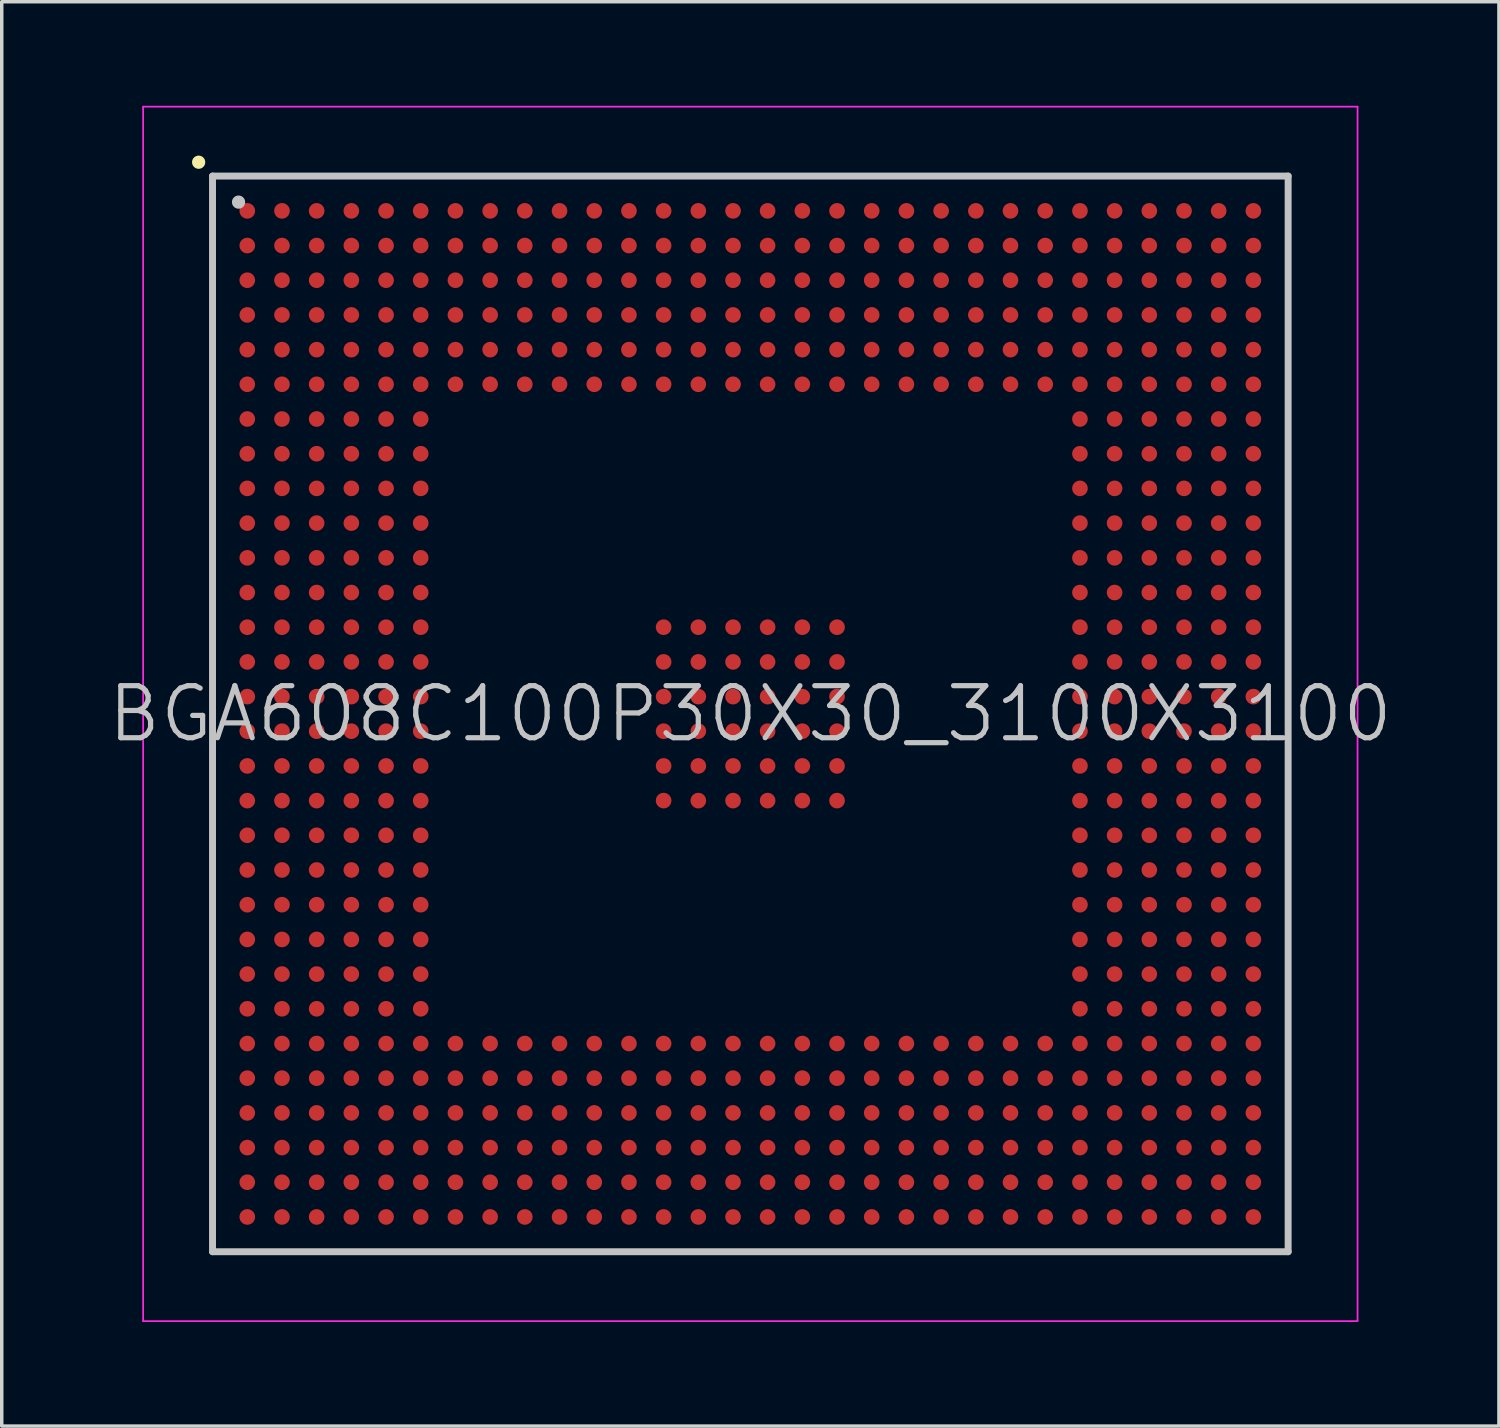
<source format=kicad_pcb>
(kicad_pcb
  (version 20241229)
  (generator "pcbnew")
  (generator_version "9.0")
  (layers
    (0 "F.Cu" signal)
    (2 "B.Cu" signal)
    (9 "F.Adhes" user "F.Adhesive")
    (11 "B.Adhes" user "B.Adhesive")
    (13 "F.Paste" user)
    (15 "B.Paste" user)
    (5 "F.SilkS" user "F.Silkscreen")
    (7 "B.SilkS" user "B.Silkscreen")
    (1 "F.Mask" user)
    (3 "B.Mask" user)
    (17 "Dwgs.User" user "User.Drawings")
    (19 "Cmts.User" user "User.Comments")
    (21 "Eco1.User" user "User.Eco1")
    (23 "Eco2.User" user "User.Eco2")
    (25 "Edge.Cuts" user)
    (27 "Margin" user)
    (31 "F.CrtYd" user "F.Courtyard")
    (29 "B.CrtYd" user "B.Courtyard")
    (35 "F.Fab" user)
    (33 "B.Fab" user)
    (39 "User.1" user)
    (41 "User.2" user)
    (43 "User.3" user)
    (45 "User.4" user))
  (footprint "BGA608C100P30X30_3100X3100"
    (layer "F.Cu")
    (at 18.575 17.525)
    (property "Reference" "BGA608C100P30X30_3100X3100" (at 0 0 0) (layer "Dwgs.User") (effects (font (size 1.5 1.5) (thickness 0.15))))
    (attr smd)
    (fp_line (start -15.9 -15.9) (end -15.9 -15.9) (stroke (width 0.381) (type solid)) (layer "F.SilkS"))
    (fp_line (start -15.5 -15.5) (end -15.5 15.5) (stroke (width 0.2) (type solid)) (layer "Dwgs.User"))
    (fp_line (start -15.5 -15.5) (end 15.5 -15.5) (stroke (width 0.2) (type solid)) (layer "Dwgs.User"))
    (fp_line (start -15.5 15.5) (end 15.5 15.5) (stroke (width 0.2) (type solid)) (layer "Dwgs.User"))
    (fp_line (start -14.75 -14.75) (end -14.75 -14.75) (stroke (width 0.381) (type solid)) (layer "Dwgs.User"))
    (fp_line (start 15.5 -15.5) (end 15.5 15.5) (stroke (width 0.2) (type solid)) (layer "Dwgs.User"))
    (fp_line (start -17.5 -17.5) (end -17.5 17.5) (stroke (width 0.05) (type solid)) (layer "F.CrtYd"))
    (fp_line (start -17.5 -17.5) (end 17.5 -17.5) (stroke (width 0.05) (type solid)) (layer "F.CrtYd"))
    (fp_line (start -17.5 17.5) (end 17.5 17.5) (stroke (width 0.05) (type solid)) (layer "F.CrtYd"))
    (fp_line (start 17.5 -17.5) (end 17.5 17.5) (stroke (width 0.05) (type solid)) (layer "F.CrtYd"))
    (pad "A1" smd circle (at -14.498 -14.498 270) (size 0.45 0.45) (layers "F.Cu" "F.Mask" "F.Paste"))
    (pad "A2" smd circle (at -13.498 -14.498 270) (size 0.45 0.45) (layers "F.Cu" "F.Mask" "F.Paste"))
    (pad "A3" smd circle (at -12.499 -14.498 270) (size 0.45 0.45) (layers "F.Cu" "F.Mask" "F.Paste"))
    (pad "A4" smd circle (at -11.499 -14.498 270) (size 0.45 0.45) (layers "F.Cu" "F.Mask" "F.Paste"))
    (pad "A5" smd circle (at -10.498 -14.498 270) (size 0.45 0.45) (layers "F.Cu" "F.Mask" "F.Paste"))
    (pad "A6" smd circle (at -9.5 -14.498 270) (size 0.45 0.45) (layers "F.Cu" "F.Mask" "F.Paste"))
    (pad "A7" smd circle (at -8.499 -14.498 270) (size 0.45 0.45) (layers "F.Cu" "F.Mask" "F.Paste"))
    (pad "A8" smd circle (at -7.498 -14.498 270) (size 0.45 0.45) (layers "F.Cu" "F.Mask" "F.Paste"))
    (pad "A9" smd circle (at -6.5 -14.498 270) (size 0.45 0.45) (layers "F.Cu" "F.Mask" "F.Paste"))
    (pad "A10" smd circle (at -5.499 -14.498 270) (size 0.45 0.45) (layers "F.Cu" "F.Mask" "F.Paste"))
    (pad "A11" smd circle (at -4.498 -14.498 270) (size 0.45 0.45) (layers "F.Cu" "F.Mask" "F.Paste"))
    (pad "A12" smd circle (at -3.498 -14.498 270) (size 0.45 0.45) (layers "F.Cu" "F.Mask" "F.Paste"))
    (pad "A13" smd circle (at -2.499 -14.498 270) (size 0.45 0.45) (layers "F.Cu" "F.Mask" "F.Paste"))
    (pad "A14" smd circle (at -1.499 -14.498 270) (size 0.45 0.45) (layers "F.Cu" "F.Mask" "F.Paste"))
    (pad "A15" smd circle (at -0.498 -14.498 270) (size 0.45 0.45) (layers "F.Cu" "F.Mask" "F.Paste"))
    (pad "A16" smd circle (at 0.498 -14.498 270) (size 0.45 0.45) (layers "F.Cu" "F.Mask" "F.Paste"))
    (pad "A17" smd circle (at 1.499 -14.498 270) (size 0.45 0.45) (layers "F.Cu" "F.Mask" "F.Paste"))
    (pad "A18" smd circle (at 2.499 -14.498 270) (size 0.45 0.45) (layers "F.Cu" "F.Mask" "F.Paste"))
    (pad "A19" smd circle (at 3.498 -14.498 270) (size 0.45 0.45) (layers "F.Cu" "F.Mask" "F.Paste"))
    (pad "A20" smd circle (at 4.498 -14.498 270) (size 0.45 0.45) (layers "F.Cu" "F.Mask" "F.Paste"))
    (pad "A21" smd circle (at 5.499 -14.498 270) (size 0.45 0.45) (layers "F.Cu" "F.Mask" "F.Paste"))
    (pad "A22" smd circle (at 6.5 -14.498 270) (size 0.45 0.45) (layers "F.Cu" "F.Mask" "F.Paste"))
    (pad "A23" smd circle (at 7.498 -14.498 270) (size 0.45 0.45) (layers "F.Cu" "F.Mask" "F.Paste"))
    (pad "A24" smd circle (at 8.499 -14.498 270) (size 0.45 0.45) (layers "F.Cu" "F.Mask" "F.Paste"))
    (pad "A25" smd circle (at 9.5 -14.498 270) (size 0.45 0.45) (layers "F.Cu" "F.Mask" "F.Paste"))
    (pad "A26" smd circle (at 10.498 -14.498 270) (size 0.45 0.45) (layers "F.Cu" "F.Mask" "F.Paste"))
    (pad "A27" smd circle (at 11.499 -14.498 270) (size 0.45 0.45) (layers "F.Cu" "F.Mask" "F.Paste"))
    (pad "A28" smd circle (at 12.499 -14.498 270) (size 0.45 0.45) (layers "F.Cu" "F.Mask" "F.Paste"))
    (pad "A29" smd circle (at 13.498 -14.498 270) (size 0.45 0.45) (layers "F.Cu" "F.Mask" "F.Paste"))
    (pad "A30" smd circle (at 14.498 -14.498 270) (size 0.45 0.45) (layers "F.Cu" "F.Mask" "F.Paste"))
    (pad "AA1" smd circle (at -14.498 5.499 270) (size 0.45 0.45) (layers "F.Cu" "F.Mask" "F.Paste"))
    (pad "AA2" smd circle (at -13.498 5.499 270) (size 0.45 0.45) (layers "F.Cu" "F.Mask" "F.Paste"))
    (pad "AA3" smd circle (at -12.499 5.499 270) (size 0.45 0.45) (layers "F.Cu" "F.Mask" "F.Paste"))
    (pad "AA4" smd circle (at -11.499 5.499 270) (size 0.45 0.45) (layers "F.Cu" "F.Mask" "F.Paste"))
    (pad "AA5" smd circle (at -10.498 5.499 270) (size 0.45 0.45) (layers "F.Cu" "F.Mask" "F.Paste"))
    (pad "AA6" smd circle (at -9.5 5.499 270) (size 0.45 0.45) (layers "F.Cu" "F.Mask" "F.Paste"))
    (pad "AA25" smd circle (at 9.5 5.499 270) (size 0.45 0.45) (layers "F.Cu" "F.Mask" "F.Paste"))
    (pad "AA26" smd circle (at 10.498 5.499 270) (size 0.45 0.45) (layers "F.Cu" "F.Mask" "F.Paste"))
    (pad "AA27" smd circle (at 11.499 5.499 270) (size 0.45 0.45) (layers "F.Cu" "F.Mask" "F.Paste"))
    (pad "AA28" smd circle (at 12.499 5.499 270) (size 0.45 0.45) (layers "F.Cu" "F.Mask" "F.Paste"))
    (pad "AA29" smd circle (at 13.498 5.499 270) (size 0.45 0.45) (layers "F.Cu" "F.Mask" "F.Paste"))
    (pad "AA30" smd circle (at 14.498 5.499 270) (size 0.45 0.45) (layers "F.Cu" "F.Mask" "F.Paste"))
    (pad "AB1" smd circle (at -14.498 6.5 270) (size 0.45 0.45) (layers "F.Cu" "F.Mask" "F.Paste"))
    (pad "AB2" smd circle (at -13.498 6.5 270) (size 0.45 0.45) (layers "F.Cu" "F.Mask" "F.Paste"))
    (pad "AB3" smd circle (at -12.499 6.5 270) (size 0.45 0.45) (layers "F.Cu" "F.Mask" "F.Paste"))
    (pad "AB4" smd circle (at -11.499 6.5 270) (size 0.45 0.45) (layers "F.Cu" "F.Mask" "F.Paste"))
    (pad "AB5" smd circle (at -10.498 6.5 270) (size 0.45 0.45) (layers "F.Cu" "F.Mask" "F.Paste"))
    (pad "AB6" smd circle (at -9.5 6.5 270) (size 0.45 0.45) (layers "F.Cu" "F.Mask" "F.Paste"))
    (pad "AB25" smd circle (at 9.5 6.5 270) (size 0.45 0.45) (layers "F.Cu" "F.Mask" "F.Paste"))
    (pad "AB26" smd circle (at 10.498 6.5 270) (size 0.45 0.45) (layers "F.Cu" "F.Mask" "F.Paste"))
    (pad "AB27" smd circle (at 11.499 6.5 270) (size 0.45 0.45) (layers "F.Cu" "F.Mask" "F.Paste"))
    (pad "AB28" smd circle (at 12.499 6.5 270) (size 0.45 0.45) (layers "F.Cu" "F.Mask" "F.Paste"))
    (pad "AB29" smd circle (at 13.498 6.5 270) (size 0.45 0.45) (layers "F.Cu" "F.Mask" "F.Paste"))
    (pad "AB30" smd circle (at 14.498 6.5 270) (size 0.45 0.45) (layers "F.Cu" "F.Mask" "F.Paste"))
    (pad "AC1" smd circle (at -14.498 7.498 270) (size 0.45 0.45) (layers "F.Cu" "F.Mask" "F.Paste"))
    (pad "AC2" smd circle (at -13.498 7.498 270) (size 0.45 0.45) (layers "F.Cu" "F.Mask" "F.Paste"))
    (pad "AC3" smd circle (at -12.499 7.498 270) (size 0.45 0.45) (layers "F.Cu" "F.Mask" "F.Paste"))
    (pad "AC4" smd circle (at -11.499 7.498 270) (size 0.45 0.45) (layers "F.Cu" "F.Mask" "F.Paste"))
    (pad "AC5" smd circle (at -10.498 7.498 270) (size 0.45 0.45) (layers "F.Cu" "F.Mask" "F.Paste"))
    (pad "AC6" smd circle (at -9.5 7.498 270) (size 0.45 0.45) (layers "F.Cu" "F.Mask" "F.Paste"))
    (pad "AC25" smd circle (at 9.5 7.498 270) (size 0.45 0.45) (layers "F.Cu" "F.Mask" "F.Paste"))
    (pad "AC26" smd circle (at 10.498 7.498 270) (size 0.45 0.45) (layers "F.Cu" "F.Mask" "F.Paste"))
    (pad "AC27" smd circle (at 11.499 7.498 270) (size 0.45 0.45) (layers "F.Cu" "F.Mask" "F.Paste"))
    (pad "AC28" smd circle (at 12.499 7.498 270) (size 0.45 0.45) (layers "F.Cu" "F.Mask" "F.Paste"))
    (pad "AC29" smd circle (at 13.498 7.498 270) (size 0.45 0.45) (layers "F.Cu" "F.Mask" "F.Paste"))
    (pad "AC30" smd circle (at 14.498 7.498 270) (size 0.45 0.45) (layers "F.Cu" "F.Mask" "F.Paste"))
    (pad "AD1" smd circle (at -14.498 8.499 270) (size 0.45 0.45) (layers "F.Cu" "F.Mask" "F.Paste"))
    (pad "AD2" smd circle (at -13.498 8.499 270) (size 0.45 0.45) (layers "F.Cu" "F.Mask" "F.Paste"))
    (pad "AD3" smd circle (at -12.499 8.499 270) (size 0.45 0.45) (layers "F.Cu" "F.Mask" "F.Paste"))
    (pad "AD4" smd circle (at -11.499 8.499 270) (size 0.45 0.45) (layers "F.Cu" "F.Mask" "F.Paste"))
    (pad "AD5" smd circle (at -10.498 8.499 270) (size 0.45 0.45) (layers "F.Cu" "F.Mask" "F.Paste"))
    (pad "AD6" smd circle (at -9.5 8.499 270) (size 0.45 0.45) (layers "F.Cu" "F.Mask" "F.Paste"))
    (pad "AD25" smd circle (at 9.5 8.499 270) (size 0.45 0.45) (layers "F.Cu" "F.Mask" "F.Paste"))
    (pad "AD26" smd circle (at 10.498 8.499 270) (size 0.45 0.45) (layers "F.Cu" "F.Mask" "F.Paste"))
    (pad "AD27" smd circle (at 11.499 8.499 270) (size 0.45 0.45) (layers "F.Cu" "F.Mask" "F.Paste"))
    (pad "AD28" smd circle (at 12.499 8.499 270) (size 0.45 0.45) (layers "F.Cu" "F.Mask" "F.Paste"))
    (pad "AD29" smd circle (at 13.498 8.499 270) (size 0.45 0.45) (layers "F.Cu" "F.Mask" "F.Paste"))
    (pad "AD30" smd circle (at 14.498 8.499 270) (size 0.45 0.45) (layers "F.Cu" "F.Mask" "F.Paste"))
    (pad "AE1" smd circle (at -14.498 9.5 270) (size 0.45 0.45) (layers "F.Cu" "F.Mask" "F.Paste"))
    (pad "AE2" smd circle (at -13.498 9.5 270) (size 0.45 0.45) (layers "F.Cu" "F.Mask" "F.Paste"))
    (pad "AE3" smd circle (at -12.499 9.5 270) (size 0.45 0.45) (layers "F.Cu" "F.Mask" "F.Paste"))
    (pad "AE4" smd circle (at -11.499 9.5 270) (size 0.45 0.45) (layers "F.Cu" "F.Mask" "F.Paste"))
    (pad "AE5" smd circle (at -10.498 9.5 270) (size 0.45 0.45) (layers "F.Cu" "F.Mask" "F.Paste"))
    (pad "AE6" smd circle (at -9.5 9.5 270) (size 0.45 0.45) (layers "F.Cu" "F.Mask" "F.Paste"))
    (pad "AE7" smd circle (at -8.499 9.5 270) (size 0.45 0.45) (layers "F.Cu" "F.Mask" "F.Paste"))
    (pad "AE8" smd circle (at -7.498 9.5 270) (size 0.45 0.45) (layers "F.Cu" "F.Mask" "F.Paste"))
    (pad "AE9" smd circle (at -6.5 9.5 270) (size 0.45 0.45) (layers "F.Cu" "F.Mask" "F.Paste"))
    (pad "AE10" smd circle (at -5.499 9.5 270) (size 0.45 0.45) (layers "F.Cu" "F.Mask" "F.Paste"))
    (pad "AE11" smd circle (at -4.498 9.5 270) (size 0.45 0.45) (layers "F.Cu" "F.Mask" "F.Paste"))
    (pad "AE12" smd circle (at -3.498 9.5 270) (size 0.45 0.45) (layers "F.Cu" "F.Mask" "F.Paste"))
    (pad "AE13" smd circle (at -2.499 9.5 270) (size 0.45 0.45) (layers "F.Cu" "F.Mask" "F.Paste"))
    (pad "AE14" smd circle (at -1.499 9.5 270) (size 0.45 0.45) (layers "F.Cu" "F.Mask" "F.Paste"))
    (pad "AE15" smd circle (at -0.498 9.5 270) (size 0.45 0.45) (layers "F.Cu" "F.Mask" "F.Paste"))
    (pad "AE16" smd circle (at 0.498 9.5 270) (size 0.45 0.45) (layers "F.Cu" "F.Mask" "F.Paste"))
    (pad "AE17" smd circle (at 1.499 9.5 270) (size 0.45 0.45) (layers "F.Cu" "F.Mask" "F.Paste"))
    (pad "AE18" smd circle (at 2.499 9.5 270) (size 0.45 0.45) (layers "F.Cu" "F.Mask" "F.Paste"))
    (pad "AE19" smd circle (at 3.498 9.5 270) (size 0.45 0.45) (layers "F.Cu" "F.Mask" "F.Paste"))
    (pad "AE20" smd circle (at 4.498 9.5 270) (size 0.45 0.45) (layers "F.Cu" "F.Mask" "F.Paste"))
    (pad "AE21" smd circle (at 5.499 9.5 270) (size 0.45 0.45) (layers "F.Cu" "F.Mask" "F.Paste"))
    (pad "AE22" smd circle (at 6.5 9.5 270) (size 0.45 0.45) (layers "F.Cu" "F.Mask" "F.Paste"))
    (pad "AE23" smd circle (at 7.498 9.5 270) (size 0.45 0.45) (layers "F.Cu" "F.Mask" "F.Paste"))
    (pad "AE24" smd circle (at 8.499 9.5 270) (size 0.45 0.45) (layers "F.Cu" "F.Mask" "F.Paste"))
    (pad "AE25" smd circle (at 9.5 9.5 270) (size 0.45 0.45) (layers "F.Cu" "F.Mask" "F.Paste"))
    (pad "AE26" smd circle (at 10.498 9.5 270) (size 0.45 0.45) (layers "F.Cu" "F.Mask" "F.Paste"))
    (pad "AE27" smd circle (at 11.499 9.5 270) (size 0.45 0.45) (layers "F.Cu" "F.Mask" "F.Paste"))
    (pad "AE28" smd circle (at 12.499 9.5 270) (size 0.45 0.45) (layers "F.Cu" "F.Mask" "F.Paste"))
    (pad "AE29" smd circle (at 13.498 9.5 270) (size 0.45 0.45) (layers "F.Cu" "F.Mask" "F.Paste"))
    (pad "AE30" smd circle (at 14.498 9.5 270) (size 0.45 0.45) (layers "F.Cu" "F.Mask" "F.Paste"))
    (pad "AF1" smd circle (at -14.498 10.498 270) (size 0.45 0.45) (layers "F.Cu" "F.Mask" "F.Paste"))
    (pad "AF2" smd circle (at -13.498 10.498 270) (size 0.45 0.45) (layers "F.Cu" "F.Mask" "F.Paste"))
    (pad "AF3" smd circle (at -12.499 10.498 270) (size 0.45 0.45) (layers "F.Cu" "F.Mask" "F.Paste"))
    (pad "AF4" smd circle (at -11.499 10.498 270) (size 0.45 0.45) (layers "F.Cu" "F.Mask" "F.Paste"))
    (pad "AF5" smd circle (at -10.498 10.498 270) (size 0.45 0.45) (layers "F.Cu" "F.Mask" "F.Paste"))
    (pad "AF6" smd circle (at -9.5 10.498 270) (size 0.45 0.45) (layers "F.Cu" "F.Mask" "F.Paste"))
    (pad "AF7" smd circle (at -8.499 10.498 270) (size 0.45 0.45) (layers "F.Cu" "F.Mask" "F.Paste"))
    (pad "AF8" smd circle (at -7.498 10.498 270) (size 0.45 0.45) (layers "F.Cu" "F.Mask" "F.Paste"))
    (pad "AF9" smd circle (at -6.5 10.498 270) (size 0.45 0.45) (layers "F.Cu" "F.Mask" "F.Paste"))
    (pad "AF10" smd circle (at -5.499 10.498 270) (size 0.45 0.45) (layers "F.Cu" "F.Mask" "F.Paste"))
    (pad "AF11" smd circle (at -4.498 10.498 270) (size 0.45 0.45) (layers "F.Cu" "F.Mask" "F.Paste"))
    (pad "AF12" smd circle (at -3.498 10.498 270) (size 0.45 0.45) (layers "F.Cu" "F.Mask" "F.Paste"))
    (pad "AF13" smd circle (at -2.499 10.498 270) (size 0.45 0.45) (layers "F.Cu" "F.Mask" "F.Paste"))
    (pad "AF14" smd circle (at -1.499 10.498 270) (size 0.45 0.45) (layers "F.Cu" "F.Mask" "F.Paste"))
    (pad "AF15" smd circle (at -0.498 10.498 270) (size 0.45 0.45) (layers "F.Cu" "F.Mask" "F.Paste"))
    (pad "AF16" smd circle (at 0.498 10.498 270) (size 0.45 0.45) (layers "F.Cu" "F.Mask" "F.Paste"))
    (pad "AF17" smd circle (at 1.499 10.498 270) (size 0.45 0.45) (layers "F.Cu" "F.Mask" "F.Paste"))
    (pad "AF18" smd circle (at 2.499 10.498 270) (size 0.45 0.45) (layers "F.Cu" "F.Mask" "F.Paste"))
    (pad "AF19" smd circle (at 3.498 10.498 270) (size 0.45 0.45) (layers "F.Cu" "F.Mask" "F.Paste"))
    (pad "AF20" smd circle (at 4.498 10.498 270) (size 0.45 0.45) (layers "F.Cu" "F.Mask" "F.Paste"))
    (pad "AF21" smd circle (at 5.499 10.498 270) (size 0.45 0.45) (layers "F.Cu" "F.Mask" "F.Paste"))
    (pad "AF22" smd circle (at 6.5 10.498 270) (size 0.45 0.45) (layers "F.Cu" "F.Mask" "F.Paste"))
    (pad "AF23" smd circle (at 7.498 10.498 270) (size 0.45 0.45) (layers "F.Cu" "F.Mask" "F.Paste"))
    (pad "AF24" smd circle (at 8.499 10.498 270) (size 0.45 0.45) (layers "F.Cu" "F.Mask" "F.Paste"))
    (pad "AF25" smd circle (at 9.5 10.498 270) (size 0.45 0.45) (layers "F.Cu" "F.Mask" "F.Paste"))
    (pad "AF26" smd circle (at 10.498 10.498 270) (size 0.45 0.45) (layers "F.Cu" "F.Mask" "F.Paste"))
    (pad "AF27" smd circle (at 11.499 10.498 270) (size 0.45 0.45) (layers "F.Cu" "F.Mask" "F.Paste"))
    (pad "AF28" smd circle (at 12.499 10.498 270) (size 0.45 0.45) (layers "F.Cu" "F.Mask" "F.Paste"))
    (pad "AF29" smd circle (at 13.498 10.498 270) (size 0.45 0.45) (layers "F.Cu" "F.Mask" "F.Paste"))
    (pad "AF30" smd circle (at 14.498 10.498 270) (size 0.45 0.45) (layers "F.Cu" "F.Mask" "F.Paste"))
    (pad "AG1" smd circle (at -14.498 11.499 270) (size 0.45 0.45) (layers "F.Cu" "F.Mask" "F.Paste"))
    (pad "AG2" smd circle (at -13.498 11.499 270) (size 0.45 0.45) (layers "F.Cu" "F.Mask" "F.Paste"))
    (pad "AG3" smd circle (at -12.499 11.499 270) (size 0.45 0.45) (layers "F.Cu" "F.Mask" "F.Paste"))
    (pad "AG4" smd circle (at -11.499 11.499 270) (size 0.45 0.45) (layers "F.Cu" "F.Mask" "F.Paste"))
    (pad "AG5" smd circle (at -10.498 11.499 270) (size 0.45 0.45) (layers "F.Cu" "F.Mask" "F.Paste"))
    (pad "AG6" smd circle (at -9.5 11.499 270) (size 0.45 0.45) (layers "F.Cu" "F.Mask" "F.Paste"))
    (pad "AG7" smd circle (at -8.499 11.499 270) (size 0.45 0.45) (layers "F.Cu" "F.Mask" "F.Paste"))
    (pad "AG8" smd circle (at -7.498 11.499 270) (size 0.45 0.45) (layers "F.Cu" "F.Mask" "F.Paste"))
    (pad "AG9" smd circle (at -6.5 11.499 270) (size 0.45 0.45) (layers "F.Cu" "F.Mask" "F.Paste"))
    (pad "AG10" smd circle (at -5.499 11.499 270) (size 0.45 0.45) (layers "F.Cu" "F.Mask" "F.Paste"))
    (pad "AG11" smd circle (at -4.498 11.499 270) (size 0.45 0.45) (layers "F.Cu" "F.Mask" "F.Paste"))
    (pad "AG12" smd circle (at -3.498 11.499 270) (size 0.45 0.45) (layers "F.Cu" "F.Mask" "F.Paste"))
    (pad "AG13" smd circle (at -2.499 11.499 270) (size 0.45 0.45) (layers "F.Cu" "F.Mask" "F.Paste"))
    (pad "AG14" smd circle (at -1.499 11.499 270) (size 0.45 0.45) (layers "F.Cu" "F.Mask" "F.Paste"))
    (pad "AG15" smd circle (at -0.498 11.499 270) (size 0.45 0.45) (layers "F.Cu" "F.Mask" "F.Paste"))
    (pad "AG16" smd circle (at 0.498 11.499 270) (size 0.45 0.45) (layers "F.Cu" "F.Mask" "F.Paste"))
    (pad "AG17" smd circle (at 1.499 11.499 270) (size 0.45 0.45) (layers "F.Cu" "F.Mask" "F.Paste"))
    (pad "AG18" smd circle (at 2.499 11.499 270) (size 0.45 0.45) (layers "F.Cu" "F.Mask" "F.Paste"))
    (pad "AG19" smd circle (at 3.498 11.499 270) (size 0.45 0.45) (layers "F.Cu" "F.Mask" "F.Paste"))
    (pad "AG20" smd circle (at 4.498 11.499 270) (size 0.45 0.45) (layers "F.Cu" "F.Mask" "F.Paste"))
    (pad "AG21" smd circle (at 5.499 11.499 270) (size 0.45 0.45) (layers "F.Cu" "F.Mask" "F.Paste"))
    (pad "AG22" smd circle (at 6.5 11.499 270) (size 0.45 0.45) (layers "F.Cu" "F.Mask" "F.Paste"))
    (pad "AG23" smd circle (at 7.498 11.499 270) (size 0.45 0.45) (layers "F.Cu" "F.Mask" "F.Paste"))
    (pad "AG24" smd circle (at 8.499 11.499 270) (size 0.45 0.45) (layers "F.Cu" "F.Mask" "F.Paste"))
    (pad "AG25" smd circle (at 9.5 11.499 270) (size 0.45 0.45) (layers "F.Cu" "F.Mask" "F.Paste"))
    (pad "AG26" smd circle (at 10.498 11.499 270) (size 0.45 0.45) (layers "F.Cu" "F.Mask" "F.Paste"))
    (pad "AG27" smd circle (at 11.499 11.499 270) (size 0.45 0.45) (layers "F.Cu" "F.Mask" "F.Paste"))
    (pad "AG28" smd circle (at 12.499 11.499 270) (size 0.45 0.45) (layers "F.Cu" "F.Mask" "F.Paste"))
    (pad "AG29" smd circle (at 13.498 11.499 270) (size 0.45 0.45) (layers "F.Cu" "F.Mask" "F.Paste"))
    (pad "AG30" smd circle (at 14.498 11.499 270) (size 0.45 0.45) (layers "F.Cu" "F.Mask" "F.Paste"))
    (pad "AH1" smd circle (at -14.498 12.499 270) (size 0.45 0.45) (layers "F.Cu" "F.Mask" "F.Paste"))
    (pad "AH2" smd circle (at -13.498 12.499 270) (size 0.45 0.45) (layers "F.Cu" "F.Mask" "F.Paste"))
    (pad "AH3" smd circle (at -12.499 12.499 270) (size 0.45 0.45) (layers "F.Cu" "F.Mask" "F.Paste"))
    (pad "AH4" smd circle (at -11.499 12.499 270) (size 0.45 0.45) (layers "F.Cu" "F.Mask" "F.Paste"))
    (pad "AH5" smd circle (at -10.498 12.499 270) (size 0.45 0.45) (layers "F.Cu" "F.Mask" "F.Paste"))
    (pad "AH6" smd circle (at -9.5 12.499 270) (size 0.45 0.45) (layers "F.Cu" "F.Mask" "F.Paste"))
    (pad "AH7" smd circle (at -8.499 12.499 270) (size 0.45 0.45) (layers "F.Cu" "F.Mask" "F.Paste"))
    (pad "AH8" smd circle (at -7.498 12.499 270) (size 0.45 0.45) (layers "F.Cu" "F.Mask" "F.Paste"))
    (pad "AH9" smd circle (at -6.5 12.499 270) (size 0.45 0.45) (layers "F.Cu" "F.Mask" "F.Paste"))
    (pad "AH10" smd circle (at -5.499 12.499 270) (size 0.45 0.45) (layers "F.Cu" "F.Mask" "F.Paste"))
    (pad "AH11" smd circle (at -4.498 12.499 270) (size 0.45 0.45) (layers "F.Cu" "F.Mask" "F.Paste"))
    (pad "AH12" smd circle (at -3.498 12.499 270) (size 0.45 0.45) (layers "F.Cu" "F.Mask" "F.Paste"))
    (pad "AH13" smd circle (at -2.499 12.499 270) (size 0.45 0.45) (layers "F.Cu" "F.Mask" "F.Paste"))
    (pad "AH14" smd circle (at -1.499 12.499 270) (size 0.45 0.45) (layers "F.Cu" "F.Mask" "F.Paste"))
    (pad "AH15" smd circle (at -0.498 12.499 270) (size 0.45 0.45) (layers "F.Cu" "F.Mask" "F.Paste"))
    (pad "AH16" smd circle (at 0.498 12.499 270) (size 0.45 0.45) (layers "F.Cu" "F.Mask" "F.Paste"))
    (pad "AH17" smd circle (at 1.499 12.499 270) (size 0.45 0.45) (layers "F.Cu" "F.Mask" "F.Paste"))
    (pad "AH18" smd circle (at 2.499 12.499 270) (size 0.45 0.45) (layers "F.Cu" "F.Mask" "F.Paste"))
    (pad "AH19" smd circle (at 3.498 12.499 270) (size 0.45 0.45) (layers "F.Cu" "F.Mask" "F.Paste"))
    (pad "AH20" smd circle (at 4.498 12.499 270) (size 0.45 0.45) (layers "F.Cu" "F.Mask" "F.Paste"))
    (pad "AH21" smd circle (at 5.499 12.499 270) (size 0.45 0.45) (layers "F.Cu" "F.Mask" "F.Paste"))
    (pad "AH22" smd circle (at 6.5 12.499 270) (size 0.45 0.45) (layers "F.Cu" "F.Mask" "F.Paste"))
    (pad "AH23" smd circle (at 7.498 12.499 270) (size 0.45 0.45) (layers "F.Cu" "F.Mask" "F.Paste"))
    (pad "AH24" smd circle (at 8.499 12.499 270) (size 0.45 0.45) (layers "F.Cu" "F.Mask" "F.Paste"))
    (pad "AH25" smd circle (at 9.5 12.499 270) (size 0.45 0.45) (layers "F.Cu" "F.Mask" "F.Paste"))
    (pad "AH26" smd circle (at 10.498 12.499 270) (size 0.45 0.45) (layers "F.Cu" "F.Mask" "F.Paste"))
    (pad "AH27" smd circle (at 11.499 12.499 270) (size 0.45 0.45) (layers "F.Cu" "F.Mask" "F.Paste"))
    (pad "AH28" smd circle (at 12.499 12.499 270) (size 0.45 0.45) (layers "F.Cu" "F.Mask" "F.Paste"))
    (pad "AH29" smd circle (at 13.498 12.499 270) (size 0.45 0.45) (layers "F.Cu" "F.Mask" "F.Paste"))
    (pad "AH30" smd circle (at 14.498 12.499 270) (size 0.45 0.45) (layers "F.Cu" "F.Mask" "F.Paste"))
    (pad "AJ1" smd circle (at -14.498 13.498 270) (size 0.45 0.45) (layers "F.Cu" "F.Mask" "F.Paste"))
    (pad "AJ2" smd circle (at -13.498 13.498 270) (size 0.45 0.45) (layers "F.Cu" "F.Mask" "F.Paste"))
    (pad "AJ3" smd circle (at -12.499 13.498 270) (size 0.45 0.45) (layers "F.Cu" "F.Mask" "F.Paste"))
    (pad "AJ4" smd circle (at -11.499 13.498 270) (size 0.45 0.45) (layers "F.Cu" "F.Mask" "F.Paste"))
    (pad "AJ5" smd circle (at -10.498 13.498 270) (size 0.45 0.45) (layers "F.Cu" "F.Mask" "F.Paste"))
    (pad "AJ6" smd circle (at -9.5 13.498 270) (size 0.45 0.45) (layers "F.Cu" "F.Mask" "F.Paste"))
    (pad "AJ7" smd circle (at -8.499 13.498 270) (size 0.45 0.45) (layers "F.Cu" "F.Mask" "F.Paste"))
    (pad "AJ8" smd circle (at -7.498 13.498 270) (size 0.45 0.45) (layers "F.Cu" "F.Mask" "F.Paste"))
    (pad "AJ9" smd circle (at -6.5 13.498 270) (size 0.45 0.45) (layers "F.Cu" "F.Mask" "F.Paste"))
    (pad "AJ10" smd circle (at -5.499 13.498 270) (size 0.45 0.45) (layers "F.Cu" "F.Mask" "F.Paste"))
    (pad "AJ11" smd circle (at -4.498 13.498 270) (size 0.45 0.45) (layers "F.Cu" "F.Mask" "F.Paste"))
    (pad "AJ12" smd circle (at -3.498 13.498 270) (size 0.45 0.45) (layers "F.Cu" "F.Mask" "F.Paste"))
    (pad "AJ13" smd circle (at -2.499 13.498 270) (size 0.45 0.45) (layers "F.Cu" "F.Mask" "F.Paste"))
    (pad "AJ14" smd circle (at -1.499 13.498 270) (size 0.45 0.45) (layers "F.Cu" "F.Mask" "F.Paste"))
    (pad "AJ15" smd circle (at -0.498 13.498 270) (size 0.45 0.45) (layers "F.Cu" "F.Mask" "F.Paste"))
    (pad "AJ16" smd circle (at 0.498 13.498 270) (size 0.45 0.45) (layers "F.Cu" "F.Mask" "F.Paste"))
    (pad "AJ17" smd circle (at 1.499 13.498 270) (size 0.45 0.45) (layers "F.Cu" "F.Mask" "F.Paste"))
    (pad "AJ18" smd circle (at 2.499 13.498 270) (size 0.45 0.45) (layers "F.Cu" "F.Mask" "F.Paste"))
    (pad "AJ19" smd circle (at 3.498 13.498 270) (size 0.45 0.45) (layers "F.Cu" "F.Mask" "F.Paste"))
    (pad "AJ20" smd circle (at 4.498 13.498 270) (size 0.45 0.45) (layers "F.Cu" "F.Mask" "F.Paste"))
    (pad "AJ21" smd circle (at 5.499 13.498 270) (size 0.45 0.45) (layers "F.Cu" "F.Mask" "F.Paste"))
    (pad "AJ22" smd circle (at 6.5 13.498 270) (size 0.45 0.45) (layers "F.Cu" "F.Mask" "F.Paste"))
    (pad "AJ23" smd circle (at 7.498 13.498 270) (size 0.45 0.45) (layers "F.Cu" "F.Mask" "F.Paste"))
    (pad "AJ24" smd circle (at 8.499 13.498 270) (size 0.45 0.45) (layers "F.Cu" "F.Mask" "F.Paste"))
    (pad "AJ25" smd circle (at 9.5 13.498 270) (size 0.45 0.45) (layers "F.Cu" "F.Mask" "F.Paste"))
    (pad "AJ26" smd circle (at 10.498 13.498 270) (size 0.45 0.45) (layers "F.Cu" "F.Mask" "F.Paste"))
    (pad "AJ27" smd circle (at 11.499 13.498 270) (size 0.45 0.45) (layers "F.Cu" "F.Mask" "F.Paste"))
    (pad "AJ28" smd circle (at 12.499 13.498 270) (size 0.45 0.45) (layers "F.Cu" "F.Mask" "F.Paste"))
    (pad "AJ29" smd circle (at 13.498 13.498 270) (size 0.45 0.45) (layers "F.Cu" "F.Mask" "F.Paste"))
    (pad "AJ30" smd circle (at 14.498 13.498 270) (size 0.45 0.45) (layers "F.Cu" "F.Mask" "F.Paste"))
    (pad "AK1" smd circle (at -14.498 14.498 270) (size 0.45 0.45) (layers "F.Cu" "F.Mask" "F.Paste"))
    (pad "AK2" smd circle (at -13.498 14.498 270) (size 0.45 0.45) (layers "F.Cu" "F.Mask" "F.Paste"))
    (pad "AK3" smd circle (at -12.499 14.498 270) (size 0.45 0.45) (layers "F.Cu" "F.Mask" "F.Paste"))
    (pad "AK4" smd circle (at -11.499 14.498 270) (size 0.45 0.45) (layers "F.Cu" "F.Mask" "F.Paste"))
    (pad "AK5" smd circle (at -10.498 14.498 270) (size 0.45 0.45) (layers "F.Cu" "F.Mask" "F.Paste"))
    (pad "AK6" smd circle (at -9.5 14.498 270) (size 0.45 0.45) (layers "F.Cu" "F.Mask" "F.Paste"))
    (pad "AK7" smd circle (at -8.499 14.498 270) (size 0.45 0.45) (layers "F.Cu" "F.Mask" "F.Paste"))
    (pad "AK8" smd circle (at -7.498 14.498 270) (size 0.45 0.45) (layers "F.Cu" "F.Mask" "F.Paste"))
    (pad "AK9" smd circle (at -6.5 14.498 270) (size 0.45 0.45) (layers "F.Cu" "F.Mask" "F.Paste"))
    (pad "AK10" smd circle (at -5.499 14.498 270) (size 0.45 0.45) (layers "F.Cu" "F.Mask" "F.Paste"))
    (pad "AK11" smd circle (at -4.498 14.498 270) (size 0.45 0.45) (layers "F.Cu" "F.Mask" "F.Paste"))
    (pad "AK12" smd circle (at -3.498 14.498 270) (size 0.45 0.45) (layers "F.Cu" "F.Mask" "F.Paste"))
    (pad "AK13" smd circle (at -2.499 14.498 270) (size 0.45 0.45) (layers "F.Cu" "F.Mask" "F.Paste"))
    (pad "AK14" smd circle (at -1.499 14.498 270) (size 0.45 0.45) (layers "F.Cu" "F.Mask" "F.Paste"))
    (pad "AK15" smd circle (at -0.498 14.498 270) (size 0.45 0.45) (layers "F.Cu" "F.Mask" "F.Paste"))
    (pad "AK16" smd circle (at 0.498 14.498 270) (size 0.45 0.45) (layers "F.Cu" "F.Mask" "F.Paste"))
    (pad "AK17" smd circle (at 1.499 14.498 270) (size 0.45 0.45) (layers "F.Cu" "F.Mask" "F.Paste"))
    (pad "AK18" smd circle (at 2.499 14.498 270) (size 0.45 0.45) (layers "F.Cu" "F.Mask" "F.Paste"))
    (pad "AK19" smd circle (at 3.498 14.498 270) (size 0.45 0.45) (layers "F.Cu" "F.Mask" "F.Paste"))
    (pad "AK20" smd circle (at 4.498 14.498 270) (size 0.45 0.45) (layers "F.Cu" "F.Mask" "F.Paste"))
    (pad "AK21" smd circle (at 5.499 14.498 270) (size 0.45 0.45) (layers "F.Cu" "F.Mask" "F.Paste"))
    (pad "AK22" smd circle (at 6.5 14.498 270) (size 0.45 0.45) (layers "F.Cu" "F.Mask" "F.Paste"))
    (pad "AK23" smd circle (at 7.498 14.498 270) (size 0.45 0.45) (layers "F.Cu" "F.Mask" "F.Paste"))
    (pad "AK24" smd circle (at 8.499 14.498 270) (size 0.45 0.45) (layers "F.Cu" "F.Mask" "F.Paste"))
    (pad "AK25" smd circle (at 9.5 14.498 270) (size 0.45 0.45) (layers "F.Cu" "F.Mask" "F.Paste"))
    (pad "AK26" smd circle (at 10.498 14.498 270) (size 0.45 0.45) (layers "F.Cu" "F.Mask" "F.Paste"))
    (pad "AK27" smd circle (at 11.499 14.498 270) (size 0.45 0.45) (layers "F.Cu" "F.Mask" "F.Paste"))
    (pad "AK28" smd circle (at 12.499 14.498 270) (size 0.45 0.45) (layers "F.Cu" "F.Mask" "F.Paste"))
    (pad "AK29" smd circle (at 13.498 14.498 270) (size 0.45 0.45) (layers "F.Cu" "F.Mask" "F.Paste"))
    (pad "AK30" smd circle (at 14.498 14.498 270) (size 0.45 0.45) (layers "F.Cu" "F.Mask" "F.Paste"))
    (pad "B1" smd circle (at -14.498 -13.498 270) (size 0.45 0.45) (layers "F.Cu" "F.Mask" "F.Paste"))
    (pad "B2" smd circle (at -13.498 -13.498 270) (size 0.45 0.45) (layers "F.Cu" "F.Mask" "F.Paste"))
    (pad "B3" smd circle (at -12.499 -13.498 270) (size 0.45 0.45) (layers "F.Cu" "F.Mask" "F.Paste"))
    (pad "B4" smd circle (at -11.499 -13.498 270) (size 0.45 0.45) (layers "F.Cu" "F.Mask" "F.Paste"))
    (pad "B5" smd circle (at -10.498 -13.498 270) (size 0.45 0.45) (layers "F.Cu" "F.Mask" "F.Paste"))
    (pad "B6" smd circle (at -9.5 -13.498 270) (size 0.45 0.45) (layers "F.Cu" "F.Mask" "F.Paste"))
    (pad "B7" smd circle (at -8.499 -13.498 270) (size 0.45 0.45) (layers "F.Cu" "F.Mask" "F.Paste"))
    (pad "B8" smd circle (at -7.498 -13.498 270) (size 0.45 0.45) (layers "F.Cu" "F.Mask" "F.Paste"))
    (pad "B9" smd circle (at -6.5 -13.498 270) (size 0.45 0.45) (layers "F.Cu" "F.Mask" "F.Paste"))
    (pad "B10" smd circle (at -5.499 -13.498 270) (size 0.45 0.45) (layers "F.Cu" "F.Mask" "F.Paste"))
    (pad "B11" smd circle (at -4.498 -13.498 270) (size 0.45 0.45) (layers "F.Cu" "F.Mask" "F.Paste"))
    (pad "B12" smd circle (at -3.498 -13.498 270) (size 0.45 0.45) (layers "F.Cu" "F.Mask" "F.Paste"))
    (pad "B13" smd circle (at -2.499 -13.498 270) (size 0.45 0.45) (layers "F.Cu" "F.Mask" "F.Paste"))
    (pad "B14" smd circle (at -1.499 -13.498 270) (size 0.45 0.45) (layers "F.Cu" "F.Mask" "F.Paste"))
    (pad "B15" smd circle (at -0.498 -13.498 270) (size 0.45 0.45) (layers "F.Cu" "F.Mask" "F.Paste"))
    (pad "B16" smd circle (at 0.498 -13.498 270) (size 0.45 0.45) (layers "F.Cu" "F.Mask" "F.Paste"))
    (pad "B17" smd circle (at 1.499 -13.498 270) (size 0.45 0.45) (layers "F.Cu" "F.Mask" "F.Paste"))
    (pad "B18" smd circle (at 2.499 -13.498 270) (size 0.45 0.45) (layers "F.Cu" "F.Mask" "F.Paste"))
    (pad "B19" smd circle (at 3.498 -13.498 270) (size 0.45 0.45) (layers "F.Cu" "F.Mask" "F.Paste"))
    (pad "B20" smd circle (at 4.498 -13.498 270) (size 0.45 0.45) (layers "F.Cu" "F.Mask" "F.Paste"))
    (pad "B21" smd circle (at 5.499 -13.498 270) (size 0.45 0.45) (layers "F.Cu" "F.Mask" "F.Paste"))
    (pad "B22" smd circle (at 6.5 -13.498 270) (size 0.45 0.45) (layers "F.Cu" "F.Mask" "F.Paste"))
    (pad "B23" smd circle (at 7.498 -13.498 270) (size 0.45 0.45) (layers "F.Cu" "F.Mask" "F.Paste"))
    (pad "B24" smd circle (at 8.499 -13.498 270) (size 0.45 0.45) (layers "F.Cu" "F.Mask" "F.Paste"))
    (pad "B25" smd circle (at 9.5 -13.498 270) (size 0.45 0.45) (layers "F.Cu" "F.Mask" "F.Paste"))
    (pad "B26" smd circle (at 10.498 -13.498 270) (size 0.45 0.45) (layers "F.Cu" "F.Mask" "F.Paste"))
    (pad "B27" smd circle (at 11.499 -13.498 270) (size 0.45 0.45) (layers "F.Cu" "F.Mask" "F.Paste"))
    (pad "B28" smd circle (at 12.499 -13.498 270) (size 0.45 0.45) (layers "F.Cu" "F.Mask" "F.Paste"))
    (pad "B29" smd circle (at 13.498 -13.498 270) (size 0.45 0.45) (layers "F.Cu" "F.Mask" "F.Paste"))
    (pad "B30" smd circle (at 14.498 -13.498 270) (size 0.45 0.45) (layers "F.Cu" "F.Mask" "F.Paste"))
    (pad "C1" smd circle (at -14.498 -12.499 270) (size 0.45 0.45) (layers "F.Cu" "F.Mask" "F.Paste"))
    (pad "C2" smd circle (at -13.498 -12.499 270) (size 0.45 0.45) (layers "F.Cu" "F.Mask" "F.Paste"))
    (pad "C3" smd circle (at -12.499 -12.499 270) (size 0.45 0.45) (layers "F.Cu" "F.Mask" "F.Paste"))
    (pad "C4" smd circle (at -11.499 -12.499 270) (size 0.45 0.45) (layers "F.Cu" "F.Mask" "F.Paste"))
    (pad "C5" smd circle (at -10.498 -12.499 270) (size 0.45 0.45) (layers "F.Cu" "F.Mask" "F.Paste"))
    (pad "C6" smd circle (at -9.5 -12.499 270) (size 0.45 0.45) (layers "F.Cu" "F.Mask" "F.Paste"))
    (pad "C7" smd circle (at -8.499 -12.499 270) (size 0.45 0.45) (layers "F.Cu" "F.Mask" "F.Paste"))
    (pad "C8" smd circle (at -7.498 -12.499 270) (size 0.45 0.45) (layers "F.Cu" "F.Mask" "F.Paste"))
    (pad "C9" smd circle (at -6.5 -12.499 270) (size 0.45 0.45) (layers "F.Cu" "F.Mask" "F.Paste"))
    (pad "C10" smd circle (at -5.499 -12.499 270) (size 0.45 0.45) (layers "F.Cu" "F.Mask" "F.Paste"))
    (pad "C11" smd circle (at -4.498 -12.499 270) (size 0.45 0.45) (layers "F.Cu" "F.Mask" "F.Paste"))
    (pad "C12" smd circle (at -3.498 -12.499 270) (size 0.45 0.45) (layers "F.Cu" "F.Mask" "F.Paste"))
    (pad "C13" smd circle (at -2.499 -12.499 270) (size 0.45 0.45) (layers "F.Cu" "F.Mask" "F.Paste"))
    (pad "C14" smd circle (at -1.499 -12.499 270) (size 0.45 0.45) (layers "F.Cu" "F.Mask" "F.Paste"))
    (pad "C15" smd circle (at -0.498 -12.499 270) (size 0.45 0.45) (layers "F.Cu" "F.Mask" "F.Paste"))
    (pad "C16" smd circle (at 0.498 -12.499 270) (size 0.45 0.45) (layers "F.Cu" "F.Mask" "F.Paste"))
    (pad "C17" smd circle (at 1.499 -12.499 270) (size 0.45 0.45) (layers "F.Cu" "F.Mask" "F.Paste"))
    (pad "C18" smd circle (at 2.499 -12.499 270) (size 0.45 0.45) (layers "F.Cu" "F.Mask" "F.Paste"))
    (pad "C19" smd circle (at 3.498 -12.499 270) (size 0.45 0.45) (layers "F.Cu" "F.Mask" "F.Paste"))
    (pad "C20" smd circle (at 4.498 -12.499 270) (size 0.45 0.45) (layers "F.Cu" "F.Mask" "F.Paste"))
    (pad "C21" smd circle (at 5.499 -12.499 270) (size 0.45 0.45) (layers "F.Cu" "F.Mask" "F.Paste"))
    (pad "C22" smd circle (at 6.5 -12.499 270) (size 0.45 0.45) (layers "F.Cu" "F.Mask" "F.Paste"))
    (pad "C23" smd circle (at 7.498 -12.499 270) (size 0.45 0.45) (layers "F.Cu" "F.Mask" "F.Paste"))
    (pad "C24" smd circle (at 8.499 -12.499 270) (size 0.45 0.45) (layers "F.Cu" "F.Mask" "F.Paste"))
    (pad "C25" smd circle (at 9.5 -12.499 270) (size 0.45 0.45) (layers "F.Cu" "F.Mask" "F.Paste"))
    (pad "C26" smd circle (at 10.498 -12.499 270) (size 0.45 0.45) (layers "F.Cu" "F.Mask" "F.Paste"))
    (pad "C27" smd circle (at 11.499 -12.499 270) (size 0.45 0.45) (layers "F.Cu" "F.Mask" "F.Paste"))
    (pad "C28" smd circle (at 12.499 -12.499 270) (size 0.45 0.45) (layers "F.Cu" "F.Mask" "F.Paste"))
    (pad "C29" smd circle (at 13.498 -12.499 270) (size 0.45 0.45) (layers "F.Cu" "F.Mask" "F.Paste"))
    (pad "C30" smd circle (at 14.498 -12.499 270) (size 0.45 0.45) (layers "F.Cu" "F.Mask" "F.Paste"))
    (pad "D1" smd circle (at -14.498 -11.499 270) (size 0.45 0.45) (layers "F.Cu" "F.Mask" "F.Paste"))
    (pad "D2" smd circle (at -13.498 -11.499 270) (size 0.45 0.45) (layers "F.Cu" "F.Mask" "F.Paste"))
    (pad "D3" smd circle (at -12.499 -11.499 270) (size 0.45 0.45) (layers "F.Cu" "F.Mask" "F.Paste"))
    (pad "D4" smd circle (at -11.499 -11.499 270) (size 0.45 0.45) (layers "F.Cu" "F.Mask" "F.Paste"))
    (pad "D5" smd circle (at -10.498 -11.499 270) (size 0.45 0.45) (layers "F.Cu" "F.Mask" "F.Paste"))
    (pad "D6" smd circle (at -9.5 -11.499 270) (size 0.45 0.45) (layers "F.Cu" "F.Mask" "F.Paste"))
    (pad "D7" smd circle (at -8.499 -11.499 270) (size 0.45 0.45) (layers "F.Cu" "F.Mask" "F.Paste"))
    (pad "D8" smd circle (at -7.498 -11.499 270) (size 0.45 0.45) (layers "F.Cu" "F.Mask" "F.Paste"))
    (pad "D9" smd circle (at -6.5 -11.499 270) (size 0.45 0.45) (layers "F.Cu" "F.Mask" "F.Paste"))
    (pad "D10" smd circle (at -5.499 -11.499 270) (size 0.45 0.45) (layers "F.Cu" "F.Mask" "F.Paste"))
    (pad "D11" smd circle (at -4.498 -11.499 270) (size 0.45 0.45) (layers "F.Cu" "F.Mask" "F.Paste"))
    (pad "D12" smd circle (at -3.498 -11.499 270) (size 0.45 0.45) (layers "F.Cu" "F.Mask" "F.Paste"))
    (pad "D13" smd circle (at -2.499 -11.499 270) (size 0.45 0.45) (layers "F.Cu" "F.Mask" "F.Paste"))
    (pad "D14" smd circle (at -1.499 -11.499 270) (size 0.45 0.45) (layers "F.Cu" "F.Mask" "F.Paste"))
    (pad "D15" smd circle (at -0.498 -11.499 270) (size 0.45 0.45) (layers "F.Cu" "F.Mask" "F.Paste"))
    (pad "D16" smd circle (at 0.498 -11.499 270) (size 0.45 0.45) (layers "F.Cu" "F.Mask" "F.Paste"))
    (pad "D17" smd circle (at 1.499 -11.499 270) (size 0.45 0.45) (layers "F.Cu" "F.Mask" "F.Paste"))
    (pad "D18" smd circle (at 2.499 -11.499 270) (size 0.45 0.45) (layers "F.Cu" "F.Mask" "F.Paste"))
    (pad "D19" smd circle (at 3.498 -11.499 270) (size 0.45 0.45) (layers "F.Cu" "F.Mask" "F.Paste"))
    (pad "D20" smd circle (at 4.498 -11.499 270) (size 0.45 0.45) (layers "F.Cu" "F.Mask" "F.Paste"))
    (pad "D21" smd circle (at 5.499 -11.499 270) (size 0.45 0.45) (layers "F.Cu" "F.Mask" "F.Paste"))
    (pad "D22" smd circle (at 6.5 -11.499 270) (size 0.45 0.45) (layers "F.Cu" "F.Mask" "F.Paste"))
    (pad "D23" smd circle (at 7.498 -11.499 270) (size 0.45 0.45) (layers "F.Cu" "F.Mask" "F.Paste"))
    (pad "D24" smd circle (at 8.499 -11.499 270) (size 0.45 0.45) (layers "F.Cu" "F.Mask" "F.Paste"))
    (pad "D25" smd circle (at 9.5 -11.499 270) (size 0.45 0.45) (layers "F.Cu" "F.Mask" "F.Paste"))
    (pad "D26" smd circle (at 10.498 -11.499 270) (size 0.45 0.45) (layers "F.Cu" "F.Mask" "F.Paste"))
    (pad "D27" smd circle (at 11.499 -11.499 270) (size 0.45 0.45) (layers "F.Cu" "F.Mask" "F.Paste"))
    (pad "D28" smd circle (at 12.499 -11.499 270) (size 0.45 0.45) (layers "F.Cu" "F.Mask" "F.Paste"))
    (pad "D29" smd circle (at 13.498 -11.499 270) (size 0.45 0.45) (layers "F.Cu" "F.Mask" "F.Paste"))
    (pad "D30" smd circle (at 14.498 -11.499 270) (size 0.45 0.45) (layers "F.Cu" "F.Mask" "F.Paste"))
    (pad "E1" smd circle (at -14.498 -10.498 270) (size 0.45 0.45) (layers "F.Cu" "F.Mask" "F.Paste"))
    (pad "E2" smd circle (at -13.498 -10.498 270) (size 0.45 0.45) (layers "F.Cu" "F.Mask" "F.Paste"))
    (pad "E3" smd circle (at -12.499 -10.498 270) (size 0.45 0.45) (layers "F.Cu" "F.Mask" "F.Paste"))
    (pad "E4" smd circle (at -11.499 -10.498 270) (size 0.45 0.45) (layers "F.Cu" "F.Mask" "F.Paste"))
    (pad "E5" smd circle (at -10.498 -10.498 270) (size 0.45 0.45) (layers "F.Cu" "F.Mask" "F.Paste"))
    (pad "E6" smd circle (at -9.5 -10.498 270) (size 0.45 0.45) (layers "F.Cu" "F.Mask" "F.Paste"))
    (pad "E7" smd circle (at -8.499 -10.498 270) (size 0.45 0.45) (layers "F.Cu" "F.Mask" "F.Paste"))
    (pad "E8" smd circle (at -7.498 -10.498 270) (size 0.45 0.45) (layers "F.Cu" "F.Mask" "F.Paste"))
    (pad "E9" smd circle (at -6.5 -10.498 270) (size 0.45 0.45) (layers "F.Cu" "F.Mask" "F.Paste"))
    (pad "E10" smd circle (at -5.499 -10.498 270) (size 0.45 0.45) (layers "F.Cu" "F.Mask" "F.Paste"))
    (pad "E11" smd circle (at -4.498 -10.498 270) (size 0.45 0.45) (layers "F.Cu" "F.Mask" "F.Paste"))
    (pad "E12" smd circle (at -3.498 -10.498 270) (size 0.45 0.45) (layers "F.Cu" "F.Mask" "F.Paste"))
    (pad "E13" smd circle (at -2.499 -10.498 270) (size 0.45 0.45) (layers "F.Cu" "F.Mask" "F.Paste"))
    (pad "E14" smd circle (at -1.499 -10.498 270) (size 0.45 0.45) (layers "F.Cu" "F.Mask" "F.Paste"))
    (pad "E15" smd circle (at -0.498 -10.498 270) (size 0.45 0.45) (layers "F.Cu" "F.Mask" "F.Paste"))
    (pad "E16" smd circle (at 0.498 -10.498 270) (size 0.45 0.45) (layers "F.Cu" "F.Mask" "F.Paste"))
    (pad "E17" smd circle (at 1.499 -10.498 270) (size 0.45 0.45) (layers "F.Cu" "F.Mask" "F.Paste"))
    (pad "E18" smd circle (at 2.499 -10.498 270) (size 0.45 0.45) (layers "F.Cu" "F.Mask" "F.Paste"))
    (pad "E19" smd circle (at 3.498 -10.498 270) (size 0.45 0.45) (layers "F.Cu" "F.Mask" "F.Paste"))
    (pad "E20" smd circle (at 4.498 -10.498 270) (size 0.45 0.45) (layers "F.Cu" "F.Mask" "F.Paste"))
    (pad "E21" smd circle (at 5.499 -10.498 270) (size 0.45 0.45) (layers "F.Cu" "F.Mask" "F.Paste"))
    (pad "E22" smd circle (at 6.5 -10.498 270) (size 0.45 0.45) (layers "F.Cu" "F.Mask" "F.Paste"))
    (pad "E23" smd circle (at 7.498 -10.498 270) (size 0.45 0.45) (layers "F.Cu" "F.Mask" "F.Paste"))
    (pad "E24" smd circle (at 8.499 -10.498 270) (size 0.45 0.45) (layers "F.Cu" "F.Mask" "F.Paste"))
    (pad "E25" smd circle (at 9.5 -10.498 270) (size 0.45 0.45) (layers "F.Cu" "F.Mask" "F.Paste"))
    (pad "E26" smd circle (at 10.498 -10.498 270) (size 0.45 0.45) (layers "F.Cu" "F.Mask" "F.Paste"))
    (pad "E27" smd circle (at 11.499 -10.498 270) (size 0.45 0.45) (layers "F.Cu" "F.Mask" "F.Paste"))
    (pad "E28" smd circle (at 12.499 -10.498 270) (size 0.45 0.45) (layers "F.Cu" "F.Mask" "F.Paste"))
    (pad "E29" smd circle (at 13.498 -10.498 270) (size 0.45 0.45) (layers "F.Cu" "F.Mask" "F.Paste"))
    (pad "E30" smd circle (at 14.498 -10.498 270) (size 0.45 0.45) (layers "F.Cu" "F.Mask" "F.Paste"))
    (pad "F1" smd circle (at -14.498 -9.5 270) (size 0.45 0.45) (layers "F.Cu" "F.Mask" "F.Paste"))
    (pad "F2" smd circle (at -13.498 -9.5 270) (size 0.45 0.45) (layers "F.Cu" "F.Mask" "F.Paste"))
    (pad "F3" smd circle (at -12.499 -9.5 270) (size 0.45 0.45) (layers "F.Cu" "F.Mask" "F.Paste"))
    (pad "F4" smd circle (at -11.499 -9.5 270) (size 0.45 0.45) (layers "F.Cu" "F.Mask" "F.Paste"))
    (pad "F5" smd circle (at -10.498 -9.5 270) (size 0.45 0.45) (layers "F.Cu" "F.Mask" "F.Paste"))
    (pad "F6" smd circle (at -9.5 -9.5 270) (size 0.45 0.45) (layers "F.Cu" "F.Mask" "F.Paste"))
    (pad "F7" smd circle (at -8.499 -9.5 270) (size 0.45 0.45) (layers "F.Cu" "F.Mask" "F.Paste"))
    (pad "F8" smd circle (at -7.498 -9.5 270) (size 0.45 0.45) (layers "F.Cu" "F.Mask" "F.Paste"))
    (pad "F9" smd circle (at -6.5 -9.5 270) (size 0.45 0.45) (layers "F.Cu" "F.Mask" "F.Paste"))
    (pad "F10" smd circle (at -5.499 -9.5 270) (size 0.45 0.45) (layers "F.Cu" "F.Mask" "F.Paste"))
    (pad "F11" smd circle (at -4.498 -9.5 270) (size 0.45 0.45) (layers "F.Cu" "F.Mask" "F.Paste"))
    (pad "F12" smd circle (at -3.498 -9.5 270) (size 0.45 0.45) (layers "F.Cu" "F.Mask" "F.Paste"))
    (pad "F13" smd circle (at -2.499 -9.5 270) (size 0.45 0.45) (layers "F.Cu" "F.Mask" "F.Paste"))
    (pad "F14" smd circle (at -1.499 -9.5 270) (size 0.45 0.45) (layers "F.Cu" "F.Mask" "F.Paste"))
    (pad "F15" smd circle (at -0.498 -9.5 270) (size 0.45 0.45) (layers "F.Cu" "F.Mask" "F.Paste"))
    (pad "F16" smd circle (at 0.498 -9.5 270) (size 0.45 0.45) (layers "F.Cu" "F.Mask" "F.Paste"))
    (pad "F17" smd circle (at 1.499 -9.5 270) (size 0.45 0.45) (layers "F.Cu" "F.Mask" "F.Paste"))
    (pad "F18" smd circle (at 2.499 -9.5 270) (size 0.45 0.45) (layers "F.Cu" "F.Mask" "F.Paste"))
    (pad "F19" smd circle (at 3.498 -9.5 270) (size 0.45 0.45) (layers "F.Cu" "F.Mask" "F.Paste"))
    (pad "F20" smd circle (at 4.498 -9.5 270) (size 0.45 0.45) (layers "F.Cu" "F.Mask" "F.Paste"))
    (pad "F21" smd circle (at 5.499 -9.5 270) (size 0.45 0.45) (layers "F.Cu" "F.Mask" "F.Paste"))
    (pad "F22" smd circle (at 6.5 -9.5 270) (size 0.45 0.45) (layers "F.Cu" "F.Mask" "F.Paste"))
    (pad "F23" smd circle (at 7.498 -9.5 270) (size 0.45 0.45) (layers "F.Cu" "F.Mask" "F.Paste"))
    (pad "F24" smd circle (at 8.499 -9.5 270) (size 0.45 0.45) (layers "F.Cu" "F.Mask" "F.Paste"))
    (pad "F25" smd circle (at 9.5 -9.5 270) (size 0.45 0.45) (layers "F.Cu" "F.Mask" "F.Paste"))
    (pad "F26" smd circle (at 10.498 -9.5 270) (size 0.45 0.45) (layers "F.Cu" "F.Mask" "F.Paste"))
    (pad "F27" smd circle (at 11.499 -9.5 270) (size 0.45 0.45) (layers "F.Cu" "F.Mask" "F.Paste"))
    (pad "F28" smd circle (at 12.499 -9.5 270) (size 0.45 0.45) (layers "F.Cu" "F.Mask" "F.Paste"))
    (pad "F29" smd circle (at 13.498 -9.5 270) (size 0.45 0.45) (layers "F.Cu" "F.Mask" "F.Paste"))
    (pad "F30" smd circle (at 14.498 -9.5 270) (size 0.45 0.45) (layers "F.Cu" "F.Mask" "F.Paste"))
    (pad "G1" smd circle (at -14.498 -8.499 270) (size 0.45 0.45) (layers "F.Cu" "F.Mask" "F.Paste"))
    (pad "G2" smd circle (at -13.498 -8.499 270) (size 0.45 0.45) (layers "F.Cu" "F.Mask" "F.Paste"))
    (pad "G3" smd circle (at -12.499 -8.499 270) (size 0.45 0.45) (layers "F.Cu" "F.Mask" "F.Paste"))
    (pad "G4" smd circle (at -11.499 -8.499 270) (size 0.45 0.45) (layers "F.Cu" "F.Mask" "F.Paste"))
    (pad "G5" smd circle (at -10.498 -8.499 270) (size 0.45 0.45) (layers "F.Cu" "F.Mask" "F.Paste"))
    (pad "G6" smd circle (at -9.5 -8.499 270) (size 0.45 0.45) (layers "F.Cu" "F.Mask" "F.Paste"))
    (pad "G25" smd circle (at 9.5 -8.499 270) (size 0.45 0.45) (layers "F.Cu" "F.Mask" "F.Paste"))
    (pad "G26" smd circle (at 10.498 -8.499 270) (size 0.45 0.45) (layers "F.Cu" "F.Mask" "F.Paste"))
    (pad "G27" smd circle (at 11.499 -8.499 270) (size 0.45 0.45) (layers "F.Cu" "F.Mask" "F.Paste"))
    (pad "G28" smd circle (at 12.499 -8.499 270) (size 0.45 0.45) (layers "F.Cu" "F.Mask" "F.Paste"))
    (pad "G29" smd circle (at 13.498 -8.499 270) (size 0.45 0.45) (layers "F.Cu" "F.Mask" "F.Paste"))
    (pad "G30" smd circle (at 14.498 -8.499 270) (size 0.45 0.45) (layers "F.Cu" "F.Mask" "F.Paste"))
    (pad "H1" smd circle (at -14.498 -7.498 270) (size 0.45 0.45) (layers "F.Cu" "F.Mask" "F.Paste"))
    (pad "H2" smd circle (at -13.498 -7.498 270) (size 0.45 0.45) (layers "F.Cu" "F.Mask" "F.Paste"))
    (pad "H3" smd circle (at -12.499 -7.498 270) (size 0.45 0.45) (layers "F.Cu" "F.Mask" "F.Paste"))
    (pad "H4" smd circle (at -11.499 -7.498 270) (size 0.45 0.45) (layers "F.Cu" "F.Mask" "F.Paste"))
    (pad "H5" smd circle (at -10.498 -7.498 270) (size 0.45 0.45) (layers "F.Cu" "F.Mask" "F.Paste"))
    (pad "H6" smd circle (at -9.5 -7.498 270) (size 0.45 0.45) (layers "F.Cu" "F.Mask" "F.Paste"))
    (pad "H25" smd circle (at 9.5 -7.498 270) (size 0.45 0.45) (layers "F.Cu" "F.Mask" "F.Paste"))
    (pad "H26" smd circle (at 10.498 -7.498 270) (size 0.45 0.45) (layers "F.Cu" "F.Mask" "F.Paste"))
    (pad "H27" smd circle (at 11.499 -7.498 270) (size 0.45 0.45) (layers "F.Cu" "F.Mask" "F.Paste"))
    (pad "H28" smd circle (at 12.499 -7.498 270) (size 0.45 0.45) (layers "F.Cu" "F.Mask" "F.Paste"))
    (pad "H29" smd circle (at 13.498 -7.498 270) (size 0.45 0.45) (layers "F.Cu" "F.Mask" "F.Paste"))
    (pad "H30" smd circle (at 14.498 -7.498 270) (size 0.45 0.45) (layers "F.Cu" "F.Mask" "F.Paste"))
    (pad "J1" smd circle (at -14.498 -6.5 270) (size 0.45 0.45) (layers "F.Cu" "F.Mask" "F.Paste"))
    (pad "J2" smd circle (at -13.498 -6.5 270) (size 0.45 0.45) (layers "F.Cu" "F.Mask" "F.Paste"))
    (pad "J3" smd circle (at -12.499 -6.5 270) (size 0.45 0.45) (layers "F.Cu" "F.Mask" "F.Paste"))
    (pad "J4" smd circle (at -11.499 -6.5 270) (size 0.45 0.45) (layers "F.Cu" "F.Mask" "F.Paste"))
    (pad "J5" smd circle (at -10.498 -6.5 270) (size 0.45 0.45) (layers "F.Cu" "F.Mask" "F.Paste"))
    (pad "J6" smd circle (at -9.5 -6.5 270) (size 0.45 0.45) (layers "F.Cu" "F.Mask" "F.Paste"))
    (pad "J25" smd circle (at 9.5 -6.5 270) (size 0.45 0.45) (layers "F.Cu" "F.Mask" "F.Paste"))
    (pad "J26" smd circle (at 10.498 -6.5 270) (size 0.45 0.45) (layers "F.Cu" "F.Mask" "F.Paste"))
    (pad "J27" smd circle (at 11.499 -6.5 270) (size 0.45 0.45) (layers "F.Cu" "F.Mask" "F.Paste"))
    (pad "J28" smd circle (at 12.499 -6.5 270) (size 0.45 0.45) (layers "F.Cu" "F.Mask" "F.Paste"))
    (pad "J29" smd circle (at 13.498 -6.5 270) (size 0.45 0.45) (layers "F.Cu" "F.Mask" "F.Paste"))
    (pad "J30" smd circle (at 14.498 -6.5 270) (size 0.45 0.45) (layers "F.Cu" "F.Mask" "F.Paste"))
    (pad "K1" smd circle (at -14.498 -5.499 270) (size 0.45 0.45) (layers "F.Cu" "F.Mask" "F.Paste"))
    (pad "K2" smd circle (at -13.498 -5.499 270) (size 0.45 0.45) (layers "F.Cu" "F.Mask" "F.Paste"))
    (pad "K3" smd circle (at -12.499 -5.499 270) (size 0.45 0.45) (layers "F.Cu" "F.Mask" "F.Paste"))
    (pad "K4" smd circle (at -11.499 -5.499 270) (size 0.45 0.45) (layers "F.Cu" "F.Mask" "F.Paste"))
    (pad "K5" smd circle (at -10.498 -5.499 270) (size 0.45 0.45) (layers "F.Cu" "F.Mask" "F.Paste"))
    (pad "K6" smd circle (at -9.5 -5.499 270) (size 0.45 0.45) (layers "F.Cu" "F.Mask" "F.Paste"))
    (pad "K25" smd circle (at 9.5 -5.499 270) (size 0.45 0.45) (layers "F.Cu" "F.Mask" "F.Paste"))
    (pad "K26" smd circle (at 10.498 -5.499 270) (size 0.45 0.45) (layers "F.Cu" "F.Mask" "F.Paste"))
    (pad "K27" smd circle (at 11.499 -5.499 270) (size 0.45 0.45) (layers "F.Cu" "F.Mask" "F.Paste"))
    (pad "K28" smd circle (at 12.499 -5.499 270) (size 0.45 0.45) (layers "F.Cu" "F.Mask" "F.Paste"))
    (pad "K29" smd circle (at 13.498 -5.499 270) (size 0.45 0.45) (layers "F.Cu" "F.Mask" "F.Paste"))
    (pad "K30" smd circle (at 14.498 -5.499 270) (size 0.45 0.45) (layers "F.Cu" "F.Mask" "F.Paste"))
    (pad "L1" smd circle (at -14.498 -4.498 270) (size 0.45 0.45) (layers "F.Cu" "F.Mask" "F.Paste"))
    (pad "L2" smd circle (at -13.498 -4.498 270) (size 0.45 0.45) (layers "F.Cu" "F.Mask" "F.Paste"))
    (pad "L3" smd circle (at -12.499 -4.498 270) (size 0.45 0.45) (layers "F.Cu" "F.Mask" "F.Paste"))
    (pad "L4" smd circle (at -11.499 -4.498 270) (size 0.45 0.45) (layers "F.Cu" "F.Mask" "F.Paste"))
    (pad "L5" smd circle (at -10.498 -4.498 270) (size 0.45 0.45) (layers "F.Cu" "F.Mask" "F.Paste"))
    (pad "L6" smd circle (at -9.5 -4.498 270) (size 0.45 0.45) (layers "F.Cu" "F.Mask" "F.Paste"))
    (pad "L25" smd circle (at 9.5 -4.498 270) (size 0.45 0.45) (layers "F.Cu" "F.Mask" "F.Paste"))
    (pad "L26" smd circle (at 10.498 -4.498 270) (size 0.45 0.45) (layers "F.Cu" "F.Mask" "F.Paste"))
    (pad "L27" smd circle (at 11.499 -4.498 270) (size 0.45 0.45) (layers "F.Cu" "F.Mask" "F.Paste"))
    (pad "L28" smd circle (at 12.499 -4.498 270) (size 0.45 0.45) (layers "F.Cu" "F.Mask" "F.Paste"))
    (pad "L29" smd circle (at 13.498 -4.498 270) (size 0.45 0.45) (layers "F.Cu" "F.Mask" "F.Paste"))
    (pad "L30" smd circle (at 14.498 -4.498 270) (size 0.45 0.45) (layers "F.Cu" "F.Mask" "F.Paste"))
    (pad "M1" smd circle (at -14.498 -3.498 270) (size 0.45 0.45) (layers "F.Cu" "F.Mask" "F.Paste"))
    (pad "M2" smd circle (at -13.498 -3.498 270) (size 0.45 0.45) (layers "F.Cu" "F.Mask" "F.Paste"))
    (pad "M3" smd circle (at -12.499 -3.498 270) (size 0.45 0.45) (layers "F.Cu" "F.Mask" "F.Paste"))
    (pad "M4" smd circle (at -11.499 -3.498 270) (size 0.45 0.45) (layers "F.Cu" "F.Mask" "F.Paste"))
    (pad "M5" smd circle (at -10.498 -3.498 270) (size 0.45 0.45) (layers "F.Cu" "F.Mask" "F.Paste"))
    (pad "M6" smd circle (at -9.5 -3.498 270) (size 0.45 0.45) (layers "F.Cu" "F.Mask" "F.Paste"))
    (pad "M25" smd circle (at 9.5 -3.498 270) (size 0.45 0.45) (layers "F.Cu" "F.Mask" "F.Paste"))
    (pad "M26" smd circle (at 10.498 -3.498 270) (size 0.45 0.45) (layers "F.Cu" "F.Mask" "F.Paste"))
    (pad "M27" smd circle (at 11.499 -3.498 270) (size 0.45 0.45) (layers "F.Cu" "F.Mask" "F.Paste"))
    (pad "M28" smd circle (at 12.499 -3.498 270) (size 0.45 0.45) (layers "F.Cu" "F.Mask" "F.Paste"))
    (pad "M29" smd circle (at 13.498 -3.498 270) (size 0.45 0.45) (layers "F.Cu" "F.Mask" "F.Paste"))
    (pad "M30" smd circle (at 14.498 -3.498 270) (size 0.45 0.45) (layers "F.Cu" "F.Mask" "F.Paste"))
    (pad "N1" smd circle (at -14.498 -2.499 270) (size 0.45 0.45) (layers "F.Cu" "F.Mask" "F.Paste"))
    (pad "N2" smd circle (at -13.498 -2.499 270) (size 0.45 0.45) (layers "F.Cu" "F.Mask" "F.Paste"))
    (pad "N3" smd circle (at -12.499 -2.499 270) (size 0.45 0.45) (layers "F.Cu" "F.Mask" "F.Paste"))
    (pad "N4" smd circle (at -11.499 -2.499 270) (size 0.45 0.45) (layers "F.Cu" "F.Mask" "F.Paste"))
    (pad "N5" smd circle (at -10.498 -2.499 270) (size 0.45 0.45) (layers "F.Cu" "F.Mask" "F.Paste"))
    (pad "N6" smd circle (at -9.5 -2.499 270) (size 0.45 0.45) (layers "F.Cu" "F.Mask" "F.Paste"))
    (pad "N13" smd circle (at -2.499 -2.499 270) (size 0.45 0.45) (layers "F.Cu" "F.Mask" "F.Paste"))
    (pad "N14" smd circle (at -1.499 -2.499 270) (size 0.45 0.45) (layers "F.Cu" "F.Mask" "F.Paste"))
    (pad "N15" smd circle (at -0.498 -2.499 270) (size 0.45 0.45) (layers "F.Cu" "F.Mask" "F.Paste"))
    (pad "N16" smd circle (at 0.498 -2.499 270) (size 0.45 0.45) (layers "F.Cu" "F.Mask" "F.Paste"))
    (pad "N17" smd circle (at 1.499 -2.499 270) (size 0.45 0.45) (layers "F.Cu" "F.Mask" "F.Paste"))
    (pad "N18" smd circle (at 2.499 -2.499 270) (size 0.45 0.45) (layers "F.Cu" "F.Mask" "F.Paste"))
    (pad "N25" smd circle (at 9.5 -2.499 270) (size 0.45 0.45) (layers "F.Cu" "F.Mask" "F.Paste"))
    (pad "N26" smd circle (at 10.498 -2.499 270) (size 0.45 0.45) (layers "F.Cu" "F.Mask" "F.Paste"))
    (pad "N27" smd circle (at 11.499 -2.499 270) (size 0.45 0.45) (layers "F.Cu" "F.Mask" "F.Paste"))
    (pad "N28" smd circle (at 12.499 -2.499 270) (size 0.45 0.45) (layers "F.Cu" "F.Mask" "F.Paste"))
    (pad "N29" smd circle (at 13.498 -2.499 270) (size 0.45 0.45) (layers "F.Cu" "F.Mask" "F.Paste"))
    (pad "N30" smd circle (at 14.498 -2.499 270) (size 0.45 0.45) (layers "F.Cu" "F.Mask" "F.Paste"))
    (pad "P1" smd circle (at -14.498 -1.499 270) (size 0.45 0.45) (layers "F.Cu" "F.Mask" "F.Paste"))
    (pad "P2" smd circle (at -13.498 -1.499 270) (size 0.45 0.45) (layers "F.Cu" "F.Mask" "F.Paste"))
    (pad "P3" smd circle (at -12.499 -1.499 270) (size 0.45 0.45) (layers "F.Cu" "F.Mask" "F.Paste"))
    (pad "P4" smd circle (at -11.499 -1.499 270) (size 0.45 0.45) (layers "F.Cu" "F.Mask" "F.Paste"))
    (pad "P5" smd circle (at -10.498 -1.499 270) (size 0.45 0.45) (layers "F.Cu" "F.Mask" "F.Paste"))
    (pad "P6" smd circle (at -9.5 -1.499 270) (size 0.45 0.45) (layers "F.Cu" "F.Mask" "F.Paste"))
    (pad "P13" smd circle (at -2.499 -1.499 270) (size 0.45 0.45) (layers "F.Cu" "F.Mask" "F.Paste"))
    (pad "P14" smd circle (at -1.499 -1.499 270) (size 0.45 0.45) (layers "F.Cu" "F.Mask" "F.Paste"))
    (pad "P15" smd circle (at -0.498 -1.499 270) (size 0.45 0.45) (layers "F.Cu" "F.Mask" "F.Paste"))
    (pad "P16" smd circle (at 0.498 -1.499 270) (size 0.45 0.45) (layers "F.Cu" "F.Mask" "F.Paste"))
    (pad "P17" smd circle (at 1.499 -1.499 270) (size 0.45 0.45) (layers "F.Cu" "F.Mask" "F.Paste"))
    (pad "P18" smd circle (at 2.499 -1.499 270) (size 0.45 0.45) (layers "F.Cu" "F.Mask" "F.Paste"))
    (pad "P25" smd circle (at 9.5 -1.499 270) (size 0.45 0.45) (layers "F.Cu" "F.Mask" "F.Paste"))
    (pad "P26" smd circle (at 10.498 -1.499 270) (size 0.45 0.45) (layers "F.Cu" "F.Mask" "F.Paste"))
    (pad "P27" smd circle (at 11.499 -1.499 270) (size 0.45 0.45) (layers "F.Cu" "F.Mask" "F.Paste"))
    (pad "P28" smd circle (at 12.499 -1.499 270) (size 0.45 0.45) (layers "F.Cu" "F.Mask" "F.Paste"))
    (pad "P29" smd circle (at 13.498 -1.499 270) (size 0.45 0.45) (layers "F.Cu" "F.Mask" "F.Paste"))
    (pad "P30" smd circle (at 14.498 -1.499 270) (size 0.45 0.45) (layers "F.Cu" "F.Mask" "F.Paste"))
    (pad "R1" smd circle (at -14.498 -0.498 270) (size 0.45 0.45) (layers "F.Cu" "F.Mask" "F.Paste"))
    (pad "R2" smd circle (at -13.498 -0.498 270) (size 0.45 0.45) (layers "F.Cu" "F.Mask" "F.Paste"))
    (pad "R3" smd circle (at -12.499 -0.498 270) (size 0.45 0.45) (layers "F.Cu" "F.Mask" "F.Paste"))
    (pad "R4" smd circle (at -11.499 -0.498 270) (size 0.45 0.45) (layers "F.Cu" "F.Mask" "F.Paste"))
    (pad "R5" smd circle (at -10.498 -0.498 270) (size 0.45 0.45) (layers "F.Cu" "F.Mask" "F.Paste"))
    (pad "R6" smd circle (at -9.5 -0.498 270) (size 0.45 0.45) (layers "F.Cu" "F.Mask" "F.Paste"))
    (pad "R13" smd circle (at -2.499 -0.498 270) (size 0.45 0.45) (layers "F.Cu" "F.Mask" "F.Paste"))
    (pad "R14" smd circle (at -1.499 -0.498 270) (size 0.45 0.45) (layers "F.Cu" "F.Mask" "F.Paste"))
    (pad "R15" smd circle (at -0.498 -0.498 270) (size 0.45 0.45) (layers "F.Cu" "F.Mask" "F.Paste"))
    (pad "R16" smd circle (at 0.498 -0.498 270) (size 0.45 0.45) (layers "F.Cu" "F.Mask" "F.Paste"))
    (pad "R17" smd circle (at 1.499 -0.498 270) (size 0.45 0.45) (layers "F.Cu" "F.Mask" "F.Paste"))
    (pad "R18" smd circle (at 2.499 -0.498 270) (size 0.45 0.45) (layers "F.Cu" "F.Mask" "F.Paste"))
    (pad "R25" smd circle (at 9.5 -0.498 270) (size 0.45 0.45) (layers "F.Cu" "F.Mask" "F.Paste"))
    (pad "R26" smd circle (at 10.498 -0.498 270) (size 0.45 0.45) (layers "F.Cu" "F.Mask" "F.Paste"))
    (pad "R27" smd circle (at 11.499 -0.498 270) (size 0.45 0.45) (layers "F.Cu" "F.Mask" "F.Paste"))
    (pad "R28" smd circle (at 12.499 -0.498 270) (size 0.45 0.45) (layers "F.Cu" "F.Mask" "F.Paste"))
    (pad "R29" smd circle (at 13.498 -0.498 270) (size 0.45 0.45) (layers "F.Cu" "F.Mask" "F.Paste"))
    (pad "R30" smd circle (at 14.498 -0.498 270) (size 0.45 0.45) (layers "F.Cu" "F.Mask" "F.Paste"))
    (pad "T1" smd circle (at -14.498 0.498 270) (size 0.45 0.45) (layers "F.Cu" "F.Mask" "F.Paste"))
    (pad "T2" smd circle (at -13.498 0.498 270) (size 0.45 0.45) (layers "F.Cu" "F.Mask" "F.Paste"))
    (pad "T3" smd circle (at -12.499 0.498 270) (size 0.45 0.45) (layers "F.Cu" "F.Mask" "F.Paste"))
    (pad "T4" smd circle (at -11.499 0.498 270) (size 0.45 0.45) (layers "F.Cu" "F.Mask" "F.Paste"))
    (pad "T5" smd circle (at -10.498 0.498 270) (size 0.45 0.45) (layers "F.Cu" "F.Mask" "F.Paste"))
    (pad "T6" smd circle (at -9.5 0.498 270) (size 0.45 0.45) (layers "F.Cu" "F.Mask" "F.Paste"))
    (pad "T13" smd circle (at -2.499 0.498 270) (size 0.45 0.45) (layers "F.Cu" "F.Mask" "F.Paste"))
    (pad "T14" smd circle (at -1.499 0.498 270) (size 0.45 0.45) (layers "F.Cu" "F.Mask" "F.Paste"))
    (pad "T15" smd circle (at -0.498 0.498 270) (size 0.45 0.45) (layers "F.Cu" "F.Mask" "F.Paste"))
    (pad "T16" smd circle (at 0.498 0.498 270) (size 0.45 0.45) (layers "F.Cu" "F.Mask" "F.Paste"))
    (pad "T17" smd circle (at 1.499 0.498 270) (size 0.45 0.45) (layers "F.Cu" "F.Mask" "F.Paste"))
    (pad "T18" smd circle (at 2.499 0.498 270) (size 0.45 0.45) (layers "F.Cu" "F.Mask" "F.Paste"))
    (pad "T25" smd circle (at 9.5 0.498 270) (size 0.45 0.45) (layers "F.Cu" "F.Mask" "F.Paste"))
    (pad "T26" smd circle (at 10.498 0.498 270) (size 0.45 0.45) (layers "F.Cu" "F.Mask" "F.Paste"))
    (pad "T27" smd circle (at 11.499 0.498 270) (size 0.45 0.45) (layers "F.Cu" "F.Mask" "F.Paste"))
    (pad "T28" smd circle (at 12.499 0.498 270) (size 0.45 0.45) (layers "F.Cu" "F.Mask" "F.Paste"))
    (pad "T29" smd circle (at 13.498 0.498 270) (size 0.45 0.45) (layers "F.Cu" "F.Mask" "F.Paste"))
    (pad "T30" smd circle (at 14.498 0.498 270) (size 0.45 0.45) (layers "F.Cu" "F.Mask" "F.Paste"))
    (pad "U1" smd circle (at -14.498 1.499 270) (size 0.45 0.45) (layers "F.Cu" "F.Mask" "F.Paste"))
    (pad "U2" smd circle (at -13.498 1.499 270) (size 0.45 0.45) (layers "F.Cu" "F.Mask" "F.Paste"))
    (pad "U3" smd circle (at -12.499 1.499 270) (size 0.45 0.45) (layers "F.Cu" "F.Mask" "F.Paste"))
    (pad "U4" smd circle (at -11.499 1.499 270) (size 0.45 0.45) (layers "F.Cu" "F.Mask" "F.Paste"))
    (pad "U5" smd circle (at -10.498 1.499 270) (size 0.45 0.45) (layers "F.Cu" "F.Mask" "F.Paste"))
    (pad "U6" smd circle (at -9.5 1.499 270) (size 0.45 0.45) (layers "F.Cu" "F.Mask" "F.Paste"))
    (pad "U13" smd circle (at -2.499 1.499 270) (size 0.45 0.45) (layers "F.Cu" "F.Mask" "F.Paste"))
    (pad "U14" smd circle (at -1.499 1.499 270) (size 0.45 0.45) (layers "F.Cu" "F.Mask" "F.Paste"))
    (pad "U15" smd circle (at -0.498 1.499 270) (size 0.45 0.45) (layers "F.Cu" "F.Mask" "F.Paste"))
    (pad "U16" smd circle (at 0.498 1.499 270) (size 0.45 0.45) (layers "F.Cu" "F.Mask" "F.Paste"))
    (pad "U17" smd circle (at 1.499 1.499 270) (size 0.45 0.45) (layers "F.Cu" "F.Mask" "F.Paste"))
    (pad "U18" smd circle (at 2.499 1.499 270) (size 0.45 0.45) (layers "F.Cu" "F.Mask" "F.Paste"))
    (pad "U25" smd circle (at 9.5 1.499 270) (size 0.45 0.45) (layers "F.Cu" "F.Mask" "F.Paste"))
    (pad "U26" smd circle (at 10.498 1.499 270) (size 0.45 0.45) (layers "F.Cu" "F.Mask" "F.Paste"))
    (pad "U27" smd circle (at 11.499 1.499 270) (size 0.45 0.45) (layers "F.Cu" "F.Mask" "F.Paste"))
    (pad "U28" smd circle (at 12.499 1.499 270) (size 0.45 0.45) (layers "F.Cu" "F.Mask" "F.Paste"))
    (pad "U29" smd circle (at 13.498 1.499 270) (size 0.45 0.45) (layers "F.Cu" "F.Mask" "F.Paste"))
    (pad "U30" smd circle (at 14.498 1.499 270) (size 0.45 0.45) (layers "F.Cu" "F.Mask" "F.Paste"))
    (pad "V1" smd circle (at -14.498 2.499 270) (size 0.45 0.45) (layers "F.Cu" "F.Mask" "F.Paste"))
    (pad "V2" smd circle (at -13.498 2.499 270) (size 0.45 0.45) (layers "F.Cu" "F.Mask" "F.Paste"))
    (pad "V3" smd circle (at -12.499 2.499 270) (size 0.45 0.45) (layers "F.Cu" "F.Mask" "F.Paste"))
    (pad "V4" smd circle (at -11.499 2.499 270) (size 0.45 0.45) (layers "F.Cu" "F.Mask" "F.Paste"))
    (pad "V5" smd circle (at -10.498 2.499 270) (size 0.45 0.45) (layers "F.Cu" "F.Mask" "F.Paste"))
    (pad "V6" smd circle (at -9.5 2.499 270) (size 0.45 0.45) (layers "F.Cu" "F.Mask" "F.Paste"))
    (pad "V13" smd circle (at -2.499 2.499 270) (size 0.45 0.45) (layers "F.Cu" "F.Mask" "F.Paste"))
    (pad "V14" smd circle (at -1.499 2.499 270) (size 0.45 0.45) (layers "F.Cu" "F.Mask" "F.Paste"))
    (pad "V15" smd circle (at -0.498 2.499 270) (size 0.45 0.45) (layers "F.Cu" "F.Mask" "F.Paste"))
    (pad "V16" smd circle (at 0.498 2.499 270) (size 0.45 0.45) (layers "F.Cu" "F.Mask" "F.Paste"))
    (pad "V17" smd circle (at 1.499 2.499 270) (size 0.45 0.45) (layers "F.Cu" "F.Mask" "F.Paste"))
    (pad "V18" smd circle (at 2.499 2.499 270) (size 0.45 0.45) (layers "F.Cu" "F.Mask" "F.Paste"))
    (pad "V25" smd circle (at 9.5 2.499 270) (size 0.45 0.45) (layers "F.Cu" "F.Mask" "F.Paste"))
    (pad "V26" smd circle (at 10.498 2.499 270) (size 0.45 0.45) (layers "F.Cu" "F.Mask" "F.Paste"))
    (pad "V27" smd circle (at 11.499 2.499 270) (size 0.45 0.45) (layers "F.Cu" "F.Mask" "F.Paste"))
    (pad "V28" smd circle (at 12.499 2.499 270) (size 0.45 0.45) (layers "F.Cu" "F.Mask" "F.Paste"))
    (pad "V29" smd circle (at 13.498 2.499 270) (size 0.45 0.45) (layers "F.Cu" "F.Mask" "F.Paste"))
    (pad "V30" smd circle (at 14.498 2.499 270) (size 0.45 0.45) (layers "F.Cu" "F.Mask" "F.Paste"))
    (pad "W1" smd circle (at -14.498 3.498 270) (size 0.45 0.45) (layers "F.Cu" "F.Mask" "F.Paste"))
    (pad "W2" smd circle (at -13.498 3.498 270) (size 0.45 0.45) (layers "F.Cu" "F.Mask" "F.Paste"))
    (pad "W3" smd circle (at -12.499 3.498 270) (size 0.45 0.45) (layers "F.Cu" "F.Mask" "F.Paste"))
    (pad "W4" smd circle (at -11.499 3.498 270) (size 0.45 0.45) (layers "F.Cu" "F.Mask" "F.Paste"))
    (pad "W5" smd circle (at -10.498 3.498 270) (size 0.45 0.45) (layers "F.Cu" "F.Mask" "F.Paste"))
    (pad "W6" smd circle (at -9.5 3.498 270) (size 0.45 0.45) (layers "F.Cu" "F.Mask" "F.Paste"))
    (pad "W25" smd circle (at 9.5 3.498 270) (size 0.45 0.45) (layers "F.Cu" "F.Mask" "F.Paste"))
    (pad "W26" smd circle (at 10.498 3.498 270) (size 0.45 0.45) (layers "F.Cu" "F.Mask" "F.Paste"))
    (pad "W27" smd circle (at 11.499 3.498 270) (size 0.45 0.45) (layers "F.Cu" "F.Mask" "F.Paste"))
    (pad "W28" smd circle (at 12.499 3.498 270) (size 0.45 0.45) (layers "F.Cu" "F.Mask" "F.Paste"))
    (pad "W29" smd circle (at 13.498 3.498 270) (size 0.45 0.45) (layers "F.Cu" "F.Mask" "F.Paste"))
    (pad "W30" smd circle (at 14.498 3.498 270) (size 0.45 0.45) (layers "F.Cu" "F.Mask" "F.Paste"))
    (pad "Y1" smd circle (at -14.498 4.498 270) (size 0.45 0.45) (layers "F.Cu" "F.Mask" "F.Paste"))
    (pad "Y2" smd circle (at -13.498 4.498 270) (size 0.45 0.45) (layers "F.Cu" "F.Mask" "F.Paste"))
    (pad "Y3" smd circle (at -12.499 4.498 270) (size 0.45 0.45) (layers "F.Cu" "F.Mask" "F.Paste"))
    (pad "Y4" smd circle (at -11.499 4.498 270) (size 0.45 0.45) (layers "F.Cu" "F.Mask" "F.Paste"))
    (pad "Y5" smd circle (at -10.498 4.498 270) (size 0.45 0.45) (layers "F.Cu" "F.Mask" "F.Paste"))
    (pad "Y6" smd circle (at -9.5 4.498 270) (size 0.45 0.45) (layers "F.Cu" "F.Mask" "F.Paste"))
    (pad "Y25" smd circle (at 9.5 4.498 270) (size 0.45 0.45) (layers "F.Cu" "F.Mask" "F.Paste"))
    (pad "Y26" smd circle (at 10.498 4.498 270) (size 0.45 0.45) (layers "F.Cu" "F.Mask" "F.Paste"))
    (pad "Y27" smd circle (at 11.499 4.498 270) (size 0.45 0.45) (layers "F.Cu" "F.Mask" "F.Paste"))
    (pad "Y28" smd circle (at 12.499 4.498 270) (size 0.45 0.45) (layers "F.Cu" "F.Mask" "F.Paste"))
    (pad "Y29" smd circle (at 13.498 4.498 270) (size 0.45 0.45) (layers "F.Cu" "F.Mask" "F.Paste"))
    (pad "Y30" smd circle (at 14.498 4.498 270) (size 0.45 0.45) (layers "F.Cu" "F.Mask" "F.Paste")))
  (gr_rect
    (start -3 -3)
    (end 40.15 38.05)
    (stroke (width 0.1) (type default))
    (fill no)
    (layer "Edge.Cuts")))
</source>
